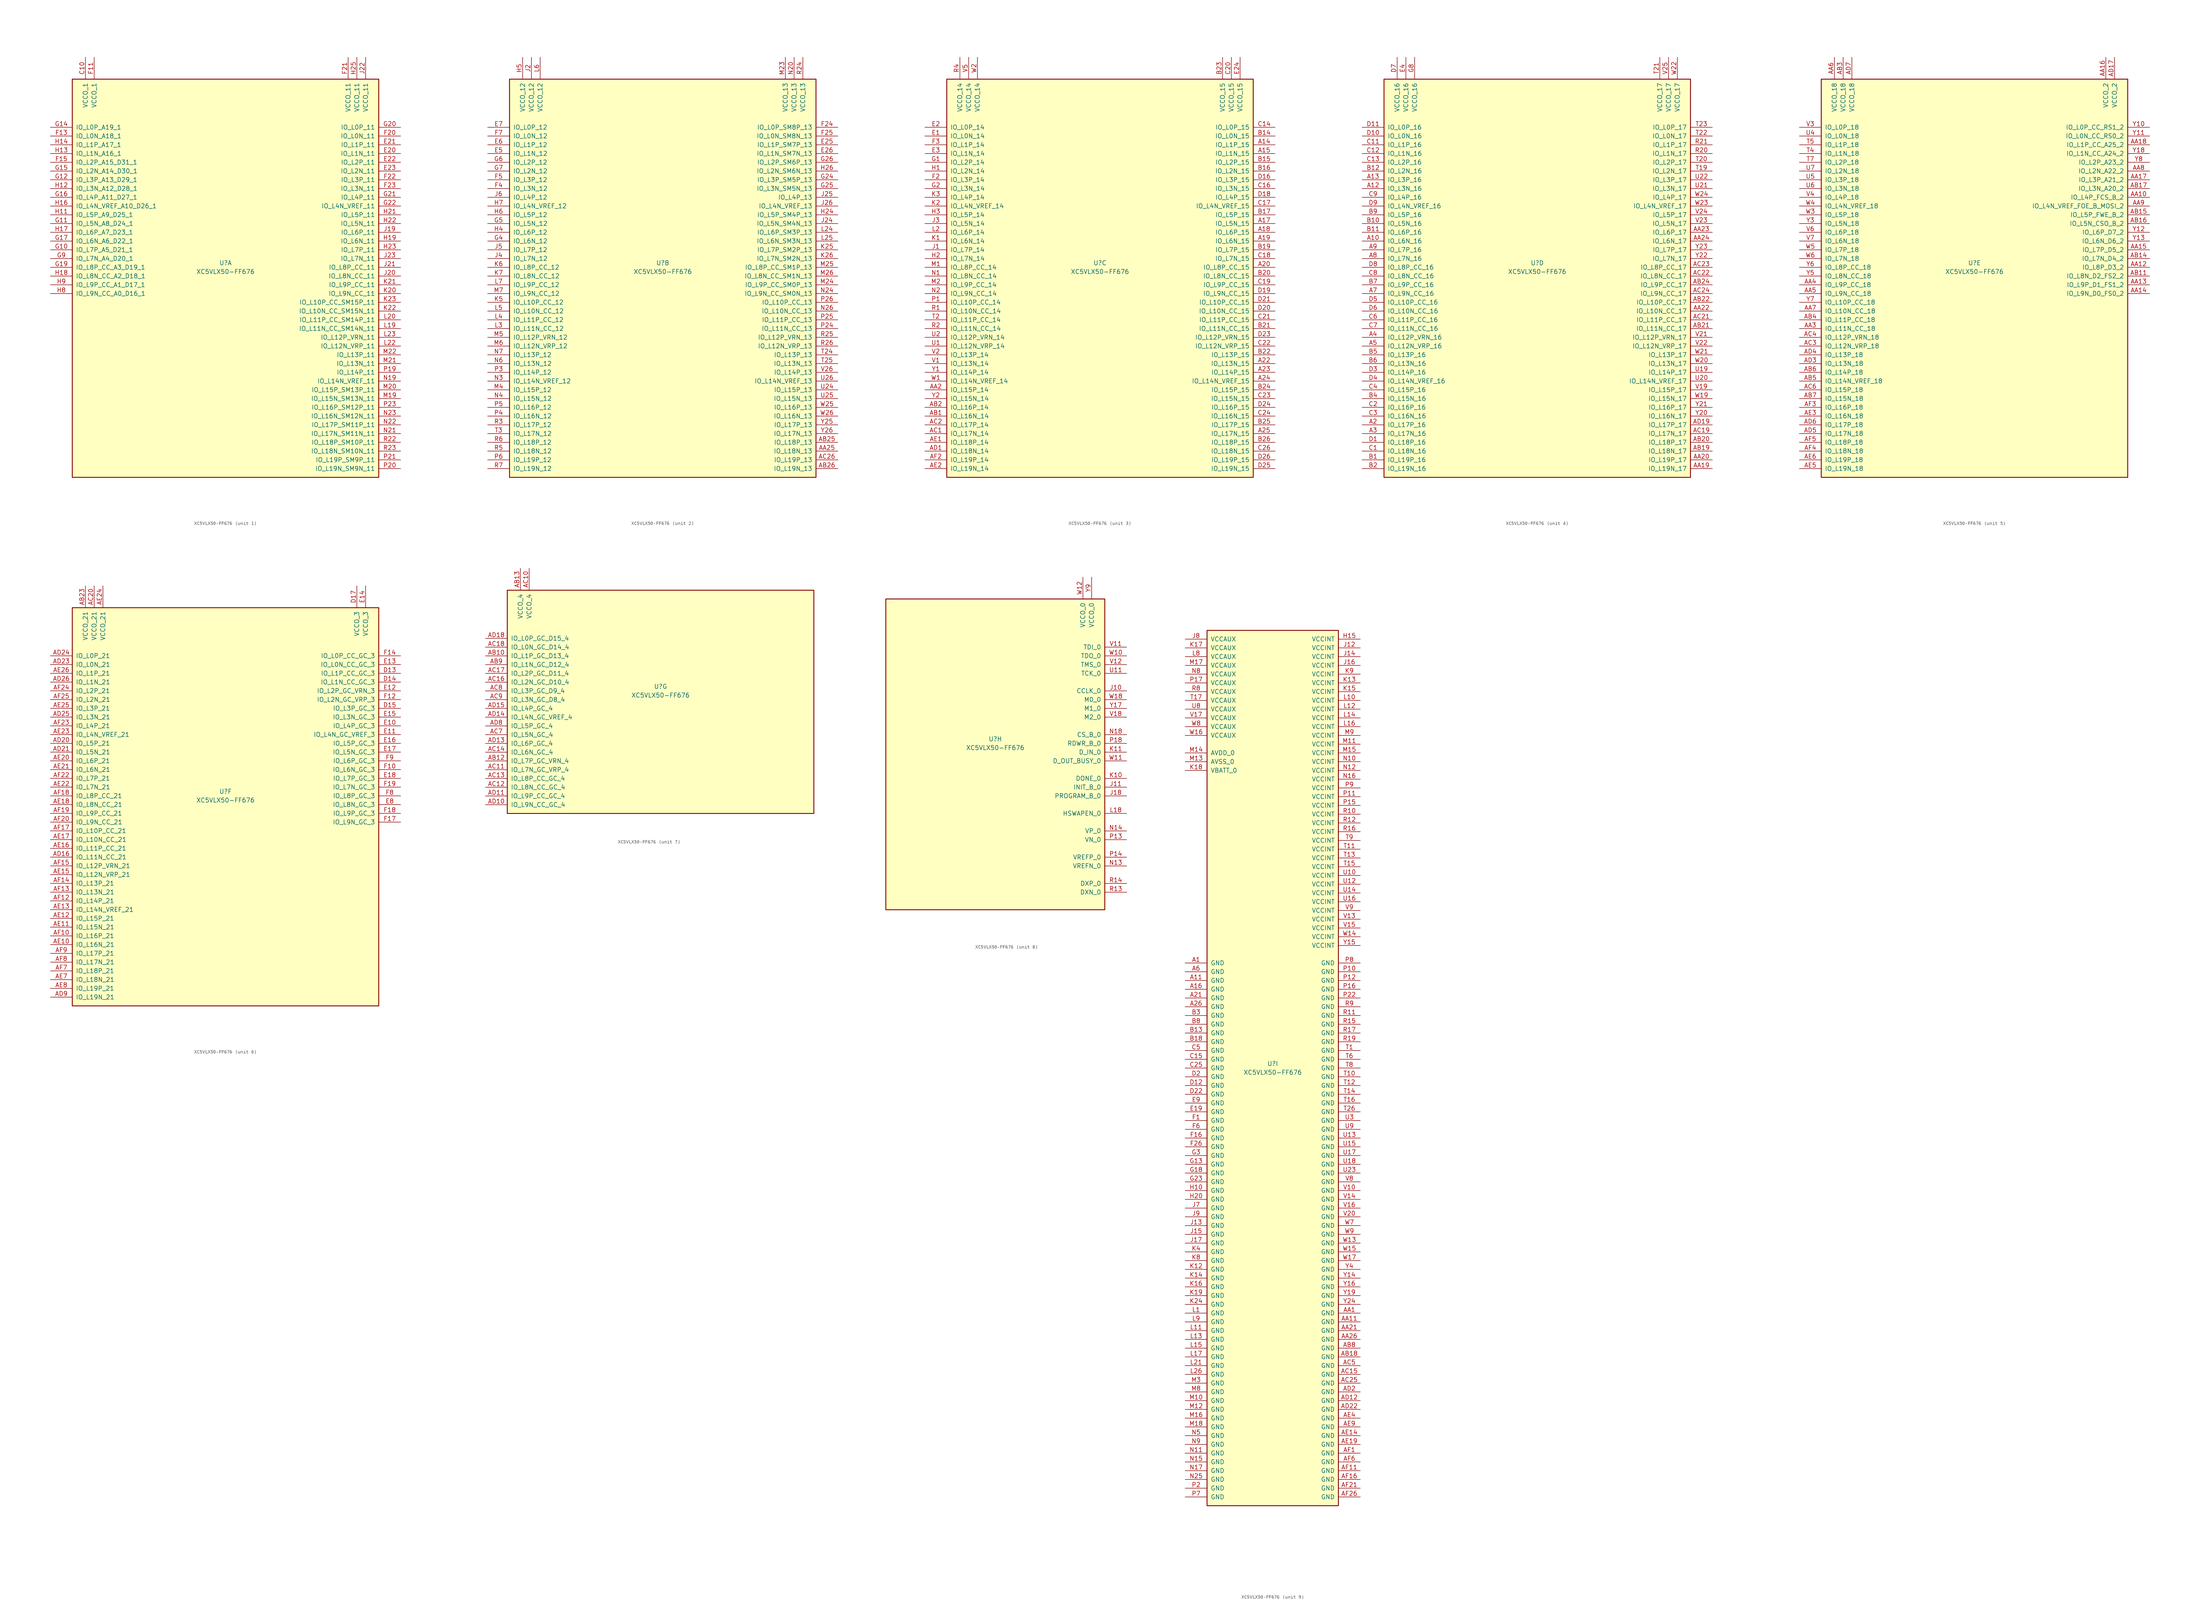
<source format=kicad_sym>
(kicad_symbol_lib
  (version 20211014)
  (generator kicad_symbol_editor)
  (symbol "XC5VLX50-FF676"
    (pin_names
      (offset 1.016))
    (property "Reference" "U"
      (at 0 1.27 0)
      (effects (font (size 1.27 1.27))))
    (property "Value" "XC5VLX50-FF676"
      (at 0 -1.27 0)
      (effects (font (size 1.27 1.27))))
    (property "Datasheet" ""
      (at 0 0 0)
      (effects (font (size 1.27 1.27))))
    (property "ki_locked" ""
      (at 0 0 0)
      (effects (font (size 1.27 1.27))))
    (symbol "XC5VLX50-FF676_1_1"
      (rectangle (start -44.45 54.61) (end 44.45 -60.96) (stroke (width 0.254) (type default) (color 0 0 0 0)) (fill (type background)))
      (pin power_in line (at -40.64 60.96 270) (length 6.35) (name "VCCO_1" (effects (font (size 1.27 1.27)))) (number "C10" (effects (font (size 1.27 1.27)))))
      (pin bidirectional line (at 50.8 33.02 180) (length 6.35) (name "IO_L1N_11" (effects (font (size 1.27 1.27)))) (number "E20" (effects (font (size 1.27 1.27)))))
      (pin bidirectional line (at 50.8 35.56 180) (length 6.35) (name "IO_L1P_11" (effects (font (size 1.27 1.27)))) (number "E21" (effects (font (size 1.27 1.27)))))
      (pin bidirectional line (at 50.8 30.48 180) (length 6.35) (name "IO_L2P_11" (effects (font (size 1.27 1.27)))) (number "E22" (effects (font (size 1.27 1.27)))))
      (pin bidirectional line (at 50.8 27.94 180) (length 6.35) (name "IO_L2N_11" (effects (font (size 1.27 1.27)))) (number "E23" (effects (font (size 1.27 1.27)))))
      (pin power_in line (at -38.1 60.96 270) (length 6.35) (name "VCCO_1" (effects (font (size 1.27 1.27)))) (number "F11" (effects (font (size 1.27 1.27)))))
      (pin bidirectional line (at -50.8 38.1 0) (length 6.35) (name "IO_L0N_A18_1" (effects (font (size 1.27 1.27)))) (number "F13" (effects (font (size 1.27 1.27)))))
      (pin bidirectional line (at -50.8 30.48 0) (length 6.35) (name "IO_L2P_A15_D31_1" (effects (font (size 1.27 1.27)))) (number "F15" (effects (font (size 1.27 1.27)))))
      (pin bidirectional line (at 50.8 38.1 180) (length 6.35) (name "IO_L0N_11" (effects (font (size 1.27 1.27)))) (number "F20" (effects (font (size 1.27 1.27)))))
      (pin power_in line (at 35.56 60.96 270) (length 6.35) (name "VCCO_11" (effects (font (size 1.27 1.27)))) (number "F21" (effects (font (size 1.27 1.27)))))
      (pin bidirectional line (at 50.8 25.4 180) (length 6.35) (name "IO_L3P_11" (effects (font (size 1.27 1.27)))) (number "F22" (effects (font (size 1.27 1.27)))))
      (pin bidirectional line (at 50.8 22.86 180) (length 6.35) (name "IO_L3N_11" (effects (font (size 1.27 1.27)))) (number "F23" (effects (font (size 1.27 1.27)))))
      (pin bidirectional line (at -50.8 5.08 0) (length 6.35) (name "IO_L7P_A5_D21_1" (effects (font (size 1.27 1.27)))) (number "G10" (effects (font (size 1.27 1.27)))))
      (pin bidirectional line (at -50.8 12.7 0) (length 6.35) (name "IO_L5N_A8_D24_1" (effects (font (size 1.27 1.27)))) (number "G11" (effects (font (size 1.27 1.27)))))
      (pin bidirectional line (at -50.8 25.4 0) (length 6.35) (name "IO_L3P_A13_D29_1" (effects (font (size 1.27 1.27)))) (number "G12" (effects (font (size 1.27 1.27)))))
      (pin bidirectional line (at -50.8 40.64 0) (length 6.35) (name "IO_L0P_A19_1" (effects (font (size 1.27 1.27)))) (number "G14" (effects (font (size 1.27 1.27)))))
      (pin bidirectional line (at -50.8 27.94 0) (length 6.35) (name "IO_L2N_A14_D30_1" (effects (font (size 1.27 1.27)))) (number "G15" (effects (font (size 1.27 1.27)))))
      (pin bidirectional line (at -50.8 20.32 0) (length 6.35) (name "IO_L4P_A11_D27_1" (effects (font (size 1.27 1.27)))) (number "G16" (effects (font (size 1.27 1.27)))))
      (pin bidirectional line (at -50.8 7.62 0) (length 6.35) (name "IO_L6N_A6_D22_1" (effects (font (size 1.27 1.27)))) (number "G17" (effects (font (size 1.27 1.27)))))
      (pin bidirectional line (at -50.8 0 0) (length 6.35) (name "IO_L8P_CC_A3_D19_1" (effects (font (size 1.27 1.27)))) (number "G19" (effects (font (size 1.27 1.27)))))
      (pin bidirectional line (at 50.8 40.64 180) (length 6.35) (name "IO_L0P_11" (effects (font (size 1.27 1.27)))) (number "G20" (effects (font (size 1.27 1.27)))))
      (pin bidirectional line (at 50.8 20.32 180) (length 6.35) (name "IO_L4P_11" (effects (font (size 1.27 1.27)))) (number "G21" (effects (font (size 1.27 1.27)))))
      (pin bidirectional line (at 50.8 17.78 180) (length 6.35) (name "IO_L4N_VREF_11" (effects (font (size 1.27 1.27)))) (number "G22" (effects (font (size 1.27 1.27)))))
      (pin bidirectional line (at -50.8 2.54 0) (length 6.35) (name "IO_L7N_A4_D20_1" (effects (font (size 1.27 1.27)))) (number "G9" (effects (font (size 1.27 1.27)))))
      (pin bidirectional line (at -50.8 15.24 0) (length 6.35) (name "IO_L5P_A9_D25_1" (effects (font (size 1.27 1.27)))) (number "H11" (effects (font (size 1.27 1.27)))))
      (pin bidirectional line (at -50.8 22.86 0) (length 6.35) (name "IO_L3N_A12_D28_1" (effects (font (size 1.27 1.27)))) (number "H12" (effects (font (size 1.27 1.27)))))
      (pin bidirectional line (at -50.8 33.02 0) (length 6.35) (name "IO_L1N_A16_1" (effects (font (size 1.27 1.27)))) (number "H13" (effects (font (size 1.27 1.27)))))
      (pin bidirectional line (at -50.8 35.56 0) (length 6.35) (name "IO_L1P_A17_1" (effects (font (size 1.27 1.27)))) (number "H14" (effects (font (size 1.27 1.27)))))
      (pin bidirectional line (at -50.8 17.78 0) (length 6.35) (name "IO_L4N_VREF_A10_D26_1" (effects (font (size 1.27 1.27)))) (number "H16" (effects (font (size 1.27 1.27)))))
      (pin bidirectional line (at -50.8 10.16 0) (length 6.35) (name "IO_L6P_A7_D23_1" (effects (font (size 1.27 1.27)))) (number "H17" (effects (font (size 1.27 1.27)))))
      (pin bidirectional line (at -50.8 -2.54 0) (length 6.35) (name "IO_L8N_CC_A2_D18_1" (effects (font (size 1.27 1.27)))) (number "H18" (effects (font (size 1.27 1.27)))))
      (pin bidirectional line (at 50.8 7.62 180) (length 6.35) (name "IO_L6N_11" (effects (font (size 1.27 1.27)))) (number "H19" (effects (font (size 1.27 1.27)))))
      (pin bidirectional line (at 50.8 15.24 180) (length 6.35) (name "IO_L5P_11" (effects (font (size 1.27 1.27)))) (number "H21" (effects (font (size 1.27 1.27)))))
      (pin bidirectional line (at 50.8 12.7 180) (length 6.35) (name "IO_L5N_11" (effects (font (size 1.27 1.27)))) (number "H22" (effects (font (size 1.27 1.27)))))
      (pin bidirectional line (at 50.8 5.08 180) (length 6.35) (name "IO_L7P_11" (effects (font (size 1.27 1.27)))) (number "H23" (effects (font (size 1.27 1.27)))))
      (pin power_in line (at 38.1 60.96 270) (length 6.35) (name "VCCO_11" (effects (font (size 1.27 1.27)))) (number "H25" (effects (font (size 1.27 1.27)))))
      (pin bidirectional line (at -50.8 -7.62 0) (length 6.35) (name "IO_L9N_CC_A0_D16_1" (effects (font (size 1.27 1.27)))) (number "H8" (effects (font (size 1.27 1.27)))))
      (pin bidirectional line (at -50.8 -5.08 0) (length 6.35) (name "IO_L9P_CC_A1_D17_1" (effects (font (size 1.27 1.27)))) (number "H9" (effects (font (size 1.27 1.27)))))
      (pin bidirectional line (at 50.8 10.16 180) (length 6.35) (name "IO_L6P_11" (effects (font (size 1.27 1.27)))) (number "J19" (effects (font (size 1.27 1.27)))))
      (pin bidirectional line (at 50.8 -2.54 180) (length 6.35) (name "IO_L8N_CC_11" (effects (font (size 1.27 1.27)))) (number "J20" (effects (font (size 1.27 1.27)))))
      (pin bidirectional line (at 50.8 0 180) (length 6.35) (name "IO_L8P_CC_11" (effects (font (size 1.27 1.27)))) (number "J21" (effects (font (size 1.27 1.27)))))
      (pin power_in line (at 40.64 60.96 270) (length 6.35) (name "VCCO_11" (effects (font (size 1.27 1.27)))) (number "J22" (effects (font (size 1.27 1.27)))))
      (pin bidirectional line (at 50.8 2.54 180) (length 6.35) (name "IO_L7N_11" (effects (font (size 1.27 1.27)))) (number "J23" (effects (font (size 1.27 1.27)))))
      (pin bidirectional line (at 50.8 -7.62 180) (length 6.35) (name "IO_L9N_CC_11" (effects (font (size 1.27 1.27)))) (number "K20" (effects (font (size 1.27 1.27)))))
      (pin bidirectional line (at 50.8 -5.08 180) (length 6.35) (name "IO_L9P_CC_11" (effects (font (size 1.27 1.27)))) (number "K21" (effects (font (size 1.27 1.27)))))
      (pin bidirectional line (at 50.8 -12.7 180) (length 6.35) (name "IO_L10N_CC_SM15N_11" (effects (font (size 1.27 1.27)))) (number "K22" (effects (font (size 1.27 1.27)))))
      (pin bidirectional line (at 50.8 -10.16 180) (length 6.35) (name "IO_L10P_CC_SM15P_11" (effects (font (size 1.27 1.27)))) (number "K23" (effects (font (size 1.27 1.27)))))
      (pin bidirectional line (at 50.8 -17.78 180) (length 6.35) (name "IO_L11N_CC_SM14N_11" (effects (font (size 1.27 1.27)))) (number "L19" (effects (font (size 1.27 1.27)))))
      (pin bidirectional line (at 50.8 -15.24 180) (length 6.35) (name "IO_L11P_CC_SM14P_11" (effects (font (size 1.27 1.27)))) (number "L20" (effects (font (size 1.27 1.27)))))
      (pin bidirectional line (at 50.8 -22.86 180) (length 6.35) (name "IO_L12N_VRP_11" (effects (font (size 1.27 1.27)))) (number "L22" (effects (font (size 1.27 1.27)))))
      (pin bidirectional line (at 50.8 -20.32 180) (length 6.35) (name "IO_L12P_VRN_11" (effects (font (size 1.27 1.27)))) (number "L23" (effects (font (size 1.27 1.27)))))
      (pin bidirectional line (at 50.8 -38.1 180) (length 6.35) (name "IO_L15N_SM13N_11" (effects (font (size 1.27 1.27)))) (number "M19" (effects (font (size 1.27 1.27)))))
      (pin bidirectional line (at 50.8 -35.56 180) (length 6.35) (name "IO_L15P_SM13P_11" (effects (font (size 1.27 1.27)))) (number "M20" (effects (font (size 1.27 1.27)))))
      (pin bidirectional line (at 50.8 -27.94 180) (length 6.35) (name "IO_L13N_11" (effects (font (size 1.27 1.27)))) (number "M21" (effects (font (size 1.27 1.27)))))
      (pin bidirectional line (at 50.8 -25.4 180) (length 6.35) (name "IO_L13P_11" (effects (font (size 1.27 1.27)))) (number "M22" (effects (font (size 1.27 1.27)))))
      (pin bidirectional line (at 50.8 -33.02 180) (length 6.35) (name "IO_L14N_VREF_11" (effects (font (size 1.27 1.27)))) (number "N19" (effects (font (size 1.27 1.27)))))
      (pin bidirectional line (at 50.8 -48.26 180) (length 6.35) (name "IO_L17N_SM11N_11" (effects (font (size 1.27 1.27)))) (number "N21" (effects (font (size 1.27 1.27)))))
      (pin bidirectional line (at 50.8 -45.72 180) (length 6.35) (name "IO_L17P_SM11P_11" (effects (font (size 1.27 1.27)))) (number "N22" (effects (font (size 1.27 1.27)))))
      (pin bidirectional line (at 50.8 -43.18 180) (length 6.35) (name "IO_L16N_SM12N_11" (effects (font (size 1.27 1.27)))) (number "N23" (effects (font (size 1.27 1.27)))))
      (pin bidirectional line (at 50.8 -30.48 180) (length 6.35) (name "IO_L14P_11" (effects (font (size 1.27 1.27)))) (number "P19" (effects (font (size 1.27 1.27)))))
      (pin bidirectional line (at 50.8 -58.42 180) (length 6.35) (name "IO_L19N_SM9N_11" (effects (font (size 1.27 1.27)))) (number "P20" (effects (font (size 1.27 1.27)))))
      (pin bidirectional line (at 50.8 -55.88 180) (length 6.35) (name "IO_L19P_SM9P_11" (effects (font (size 1.27 1.27)))) (number "P21" (effects (font (size 1.27 1.27)))))
      (pin bidirectional line (at 50.8 -40.64 180) (length 6.35) (name "IO_L16P_SM12P_11" (effects (font (size 1.27 1.27)))) (number "P23" (effects (font (size 1.27 1.27)))))
      (pin bidirectional line (at 50.8 -50.8 180) (length 6.35) (name "IO_L18P_SM10P_11" (effects (font (size 1.27 1.27)))) (number "R22" (effects (font (size 1.27 1.27)))))
      (pin bidirectional line (at 50.8 -53.34 180) (length 6.35) (name "IO_L18N_SM10N_11" (effects (font (size 1.27 1.27)))) (number "R23" (effects (font (size 1.27 1.27))))))
    (symbol "XC5VLX50-FF676_2_1"
      (rectangle (start -44.45 54.61) (end 44.45 -60.96) (stroke (width 0.254) (type default) (color 0 0 0 0)) (fill (type background)))
      (pin bidirectional line (at 50.8 -53.34 180) (length 6.35) (name "IO_L18N_13" (effects (font (size 1.27 1.27)))) (number "AA25" (effects (font (size 1.27 1.27)))))
      (pin bidirectional line (at 50.8 -50.8 180) (length 6.35) (name "IO_L18P_13" (effects (font (size 1.27 1.27)))) (number "AB25" (effects (font (size 1.27 1.27)))))
      (pin bidirectional line (at 50.8 -58.42 180) (length 6.35) (name "IO_L19N_13" (effects (font (size 1.27 1.27)))) (number "AB26" (effects (font (size 1.27 1.27)))))
      (pin bidirectional line (at 50.8 -55.88 180) (length 6.35) (name "IO_L19P_13" (effects (font (size 1.27 1.27)))) (number "AC26" (effects (font (size 1.27 1.27)))))
      (pin bidirectional line (at 50.8 35.56 180) (length 6.35) (name "IO_L1P_SM7P_13" (effects (font (size 1.27 1.27)))) (number "E25" (effects (font (size 1.27 1.27)))))
      (pin bidirectional line (at 50.8 33.02 180) (length 6.35) (name "IO_L1N_SM7N_13" (effects (font (size 1.27 1.27)))) (number "E26" (effects (font (size 1.27 1.27)))))
      (pin bidirectional line (at -50.8 33.02 0) (length 6.35) (name "IO_L1N_12" (effects (font (size 1.27 1.27)))) (number "E5" (effects (font (size 1.27 1.27)))))
      (pin bidirectional line (at -50.8 35.56 0) (length 6.35) (name "IO_L1P_12" (effects (font (size 1.27 1.27)))) (number "E6" (effects (font (size 1.27 1.27)))))
      (pin bidirectional line (at -50.8 40.64 0) (length 6.35) (name "IO_L0P_12" (effects (font (size 1.27 1.27)))) (number "E7" (effects (font (size 1.27 1.27)))))
      (pin bidirectional line (at 50.8 40.64 180) (length 6.35) (name "IO_L0P_SM8P_13" (effects (font (size 1.27 1.27)))) (number "F24" (effects (font (size 1.27 1.27)))))
      (pin bidirectional line (at 50.8 38.1 180) (length 6.35) (name "IO_L0N_SM8N_13" (effects (font (size 1.27 1.27)))) (number "F25" (effects (font (size 1.27 1.27)))))
      (pin bidirectional line (at -50.8 22.86 0) (length 6.35) (name "IO_L3N_12" (effects (font (size 1.27 1.27)))) (number "F4" (effects (font (size 1.27 1.27)))))
      (pin bidirectional line (at -50.8 25.4 0) (length 6.35) (name "IO_L3P_12" (effects (font (size 1.27 1.27)))) (number "F5" (effects (font (size 1.27 1.27)))))
      (pin bidirectional line (at -50.8 38.1 0) (length 6.35) (name "IO_L0N_12" (effects (font (size 1.27 1.27)))) (number "F7" (effects (font (size 1.27 1.27)))))
      (pin bidirectional line (at 50.8 25.4 180) (length 6.35) (name "IO_L3P_SM5P_13" (effects (font (size 1.27 1.27)))) (number "G24" (effects (font (size 1.27 1.27)))))
      (pin bidirectional line (at 50.8 22.86 180) (length 6.35) (name "IO_L3N_SM5N_13" (effects (font (size 1.27 1.27)))) (number "G25" (effects (font (size 1.27 1.27)))))
      (pin bidirectional line (at 50.8 30.48 180) (length 6.35) (name "IO_L2P_SM6P_13" (effects (font (size 1.27 1.27)))) (number "G26" (effects (font (size 1.27 1.27)))))
      (pin bidirectional line (at -50.8 7.62 0) (length 6.35) (name "IO_L6N_12" (effects (font (size 1.27 1.27)))) (number "G4" (effects (font (size 1.27 1.27)))))
      (pin bidirectional line (at -50.8 12.7 0) (length 6.35) (name "IO_L5N_12" (effects (font (size 1.27 1.27)))) (number "G5" (effects (font (size 1.27 1.27)))))
      (pin bidirectional line (at -50.8 30.48 0) (length 6.35) (name "IO_L2P_12" (effects (font (size 1.27 1.27)))) (number "G6" (effects (font (size 1.27 1.27)))))
      (pin bidirectional line (at -50.8 27.94 0) (length 6.35) (name "IO_L2N_12" (effects (font (size 1.27 1.27)))) (number "G7" (effects (font (size 1.27 1.27)))))
      (pin bidirectional line (at 50.8 15.24 180) (length 6.35) (name "IO_L5P_SM4P_13" (effects (font (size 1.27 1.27)))) (number "H24" (effects (font (size 1.27 1.27)))))
      (pin bidirectional line (at 50.8 27.94 180) (length 6.35) (name "IO_L2N_SM6N_13" (effects (font (size 1.27 1.27)))) (number "H26" (effects (font (size 1.27 1.27)))))
      (pin bidirectional line (at -50.8 10.16 0) (length 6.35) (name "IO_L6P_12" (effects (font (size 1.27 1.27)))) (number "H4" (effects (font (size 1.27 1.27)))))
      (pin power_in line (at -40.64 60.96 270) (length 6.35) (name "VCCO_12" (effects (font (size 1.27 1.27)))) (number "H5" (effects (font (size 1.27 1.27)))))
      (pin bidirectional line (at -50.8 15.24 0) (length 6.35) (name "IO_L5P_12" (effects (font (size 1.27 1.27)))) (number "H6" (effects (font (size 1.27 1.27)))))
      (pin bidirectional line (at -50.8 17.78 0) (length 6.35) (name "IO_L4N_VREF_12" (effects (font (size 1.27 1.27)))) (number "H7" (effects (font (size 1.27 1.27)))))
      (pin power_in line (at -38.1 60.96 270) (length 6.35) (name "VCCO_12" (effects (font (size 1.27 1.27)))) (number "J2" (effects (font (size 1.27 1.27)))))
      (pin bidirectional line (at 50.8 12.7 180) (length 6.35) (name "IO_L5N_SM4N_13" (effects (font (size 1.27 1.27)))) (number "J24" (effects (font (size 1.27 1.27)))))
      (pin bidirectional line (at 50.8 20.32 180) (length 6.35) (name "IO_L4P_13" (effects (font (size 1.27 1.27)))) (number "J25" (effects (font (size 1.27 1.27)))))
      (pin bidirectional line (at 50.8 17.78 180) (length 6.35) (name "IO_L4N_VREF_13" (effects (font (size 1.27 1.27)))) (number "J26" (effects (font (size 1.27 1.27)))))
      (pin bidirectional line (at -50.8 2.54 0) (length 6.35) (name "IO_L7N_12" (effects (font (size 1.27 1.27)))) (number "J4" (effects (font (size 1.27 1.27)))))
      (pin bidirectional line (at -50.8 5.08 0) (length 6.35) (name "IO_L7P_12" (effects (font (size 1.27 1.27)))) (number "J5" (effects (font (size 1.27 1.27)))))
      (pin bidirectional line (at -50.8 20.32 0) (length 6.35) (name "IO_L4P_12" (effects (font (size 1.27 1.27)))) (number "J6" (effects (font (size 1.27 1.27)))))
      (pin bidirectional line (at 50.8 5.08 180) (length 6.35) (name "IO_L7P_SM2P_13" (effects (font (size 1.27 1.27)))) (number "K25" (effects (font (size 1.27 1.27)))))
      (pin bidirectional line (at 50.8 2.54 180) (length 6.35) (name "IO_L7N_SM2N_13" (effects (font (size 1.27 1.27)))) (number "K26" (effects (font (size 1.27 1.27)))))
      (pin bidirectional line (at -50.8 -10.16 0) (length 6.35) (name "IO_L10P_CC_12" (effects (font (size 1.27 1.27)))) (number "K5" (effects (font (size 1.27 1.27)))))
      (pin bidirectional line (at -50.8 0 0) (length 6.35) (name "IO_L8P_CC_12" (effects (font (size 1.27 1.27)))) (number "K6" (effects (font (size 1.27 1.27)))))
      (pin bidirectional line (at -50.8 -2.54 0) (length 6.35) (name "IO_L8N_CC_12" (effects (font (size 1.27 1.27)))) (number "K7" (effects (font (size 1.27 1.27)))))
      (pin bidirectional line (at 50.8 10.16 180) (length 6.35) (name "IO_L6P_SM3P_13" (effects (font (size 1.27 1.27)))) (number "L24" (effects (font (size 1.27 1.27)))))
      (pin bidirectional line (at 50.8 7.62 180) (length 6.35) (name "IO_L6N_SM3N_13" (effects (font (size 1.27 1.27)))) (number "L25" (effects (font (size 1.27 1.27)))))
      (pin bidirectional line (at -50.8 -17.78 0) (length 6.35) (name "IO_L11N_CC_12" (effects (font (size 1.27 1.27)))) (number "L3" (effects (font (size 1.27 1.27)))))
      (pin bidirectional line (at -50.8 -15.24 0) (length 6.35) (name "IO_L11P_CC_12" (effects (font (size 1.27 1.27)))) (number "L4" (effects (font (size 1.27 1.27)))))
      (pin bidirectional line (at -50.8 -12.7 0) (length 6.35) (name "IO_L10N_CC_12" (effects (font (size 1.27 1.27)))) (number "L5" (effects (font (size 1.27 1.27)))))
      (pin power_in line (at -35.56 60.96 270) (length 6.35) (name "VCCO_12" (effects (font (size 1.27 1.27)))) (number "L6" (effects (font (size 1.27 1.27)))))
      (pin bidirectional line (at -50.8 -5.08 0) (length 6.35) (name "IO_L9P_CC_12" (effects (font (size 1.27 1.27)))) (number "L7" (effects (font (size 1.27 1.27)))))
      (pin power_in line (at 35.56 60.96 270) (length 6.35) (name "VCCO_13" (effects (font (size 1.27 1.27)))) (number "M23" (effects (font (size 1.27 1.27)))))
      (pin bidirectional line (at 50.8 -5.08 180) (length 6.35) (name "IO_L9P_CC_SM0P_13" (effects (font (size 1.27 1.27)))) (number "M24" (effects (font (size 1.27 1.27)))))
      (pin bidirectional line (at 50.8 0 180) (length 6.35) (name "IO_L8P_CC_SM1P_13" (effects (font (size 1.27 1.27)))) (number "M25" (effects (font (size 1.27 1.27)))))
      (pin bidirectional line (at 50.8 -2.54 180) (length 6.35) (name "IO_L8N_CC_SM1N_13" (effects (font (size 1.27 1.27)))) (number "M26" (effects (font (size 1.27 1.27)))))
      (pin bidirectional line (at -50.8 -35.56 0) (length 6.35) (name "IO_L15P_12" (effects (font (size 1.27 1.27)))) (number "M4" (effects (font (size 1.27 1.27)))))
      (pin bidirectional line (at -50.8 -20.32 0) (length 6.35) (name "IO_L12P_VRN_12" (effects (font (size 1.27 1.27)))) (number "M5" (effects (font (size 1.27 1.27)))))
      (pin bidirectional line (at -50.8 -22.86 0) (length 6.35) (name "IO_L12N_VRP_12" (effects (font (size 1.27 1.27)))) (number "M6" (effects (font (size 1.27 1.27)))))
      (pin bidirectional line (at -50.8 -7.62 0) (length 6.35) (name "IO_L9N_CC_12" (effects (font (size 1.27 1.27)))) (number "M7" (effects (font (size 1.27 1.27)))))
      (pin power_in line (at 38.1 60.96 270) (length 6.35) (name "VCCO_13" (effects (font (size 1.27 1.27)))) (number "N20" (effects (font (size 1.27 1.27)))))
      (pin bidirectional line (at 50.8 -7.62 180) (length 6.35) (name "IO_L9N_CC_SM0N_13" (effects (font (size 1.27 1.27)))) (number "N24" (effects (font (size 1.27 1.27)))))
      (pin bidirectional line (at 50.8 -12.7 180) (length 6.35) (name "IO_L10N_CC_13" (effects (font (size 1.27 1.27)))) (number "N26" (effects (font (size 1.27 1.27)))))
      (pin bidirectional line (at -50.8 -33.02 0) (length 6.35) (name "IO_L14N_VREF_12" (effects (font (size 1.27 1.27)))) (number "N3" (effects (font (size 1.27 1.27)))))
      (pin bidirectional line (at -50.8 -38.1 0) (length 6.35) (name "IO_L15N_12" (effects (font (size 1.27 1.27)))) (number "N4" (effects (font (size 1.27 1.27)))))
      (pin bidirectional line (at -50.8 -27.94 0) (length 6.35) (name "IO_L13N_12" (effects (font (size 1.27 1.27)))) (number "N6" (effects (font (size 1.27 1.27)))))
      (pin bidirectional line (at -50.8 -25.4 0) (length 6.35) (name "IO_L13P_12" (effects (font (size 1.27 1.27)))) (number "N7" (effects (font (size 1.27 1.27)))))
      (pin bidirectional line (at 50.8 -17.78 180) (length 6.35) (name "IO_L11N_CC_13" (effects (font (size 1.27 1.27)))) (number "P24" (effects (font (size 1.27 1.27)))))
      (pin bidirectional line (at 50.8 -15.24 180) (length 6.35) (name "IO_L11P_CC_13" (effects (font (size 1.27 1.27)))) (number "P25" (effects (font (size 1.27 1.27)))))
      (pin bidirectional line (at 50.8 -10.16 180) (length 6.35) (name "IO_L10P_CC_13" (effects (font (size 1.27 1.27)))) (number "P26" (effects (font (size 1.27 1.27)))))
      (pin bidirectional line (at -50.8 -30.48 0) (length 6.35) (name "IO_L14P_12" (effects (font (size 1.27 1.27)))) (number "P3" (effects (font (size 1.27 1.27)))))
      (pin bidirectional line (at -50.8 -43.18 0) (length 6.35) (name "IO_L16N_12" (effects (font (size 1.27 1.27)))) (number "P4" (effects (font (size 1.27 1.27)))))
      (pin bidirectional line (at -50.8 -40.64 0) (length 6.35) (name "IO_L16P_12" (effects (font (size 1.27 1.27)))) (number "P5" (effects (font (size 1.27 1.27)))))
      (pin bidirectional line (at -50.8 -55.88 0) (length 6.35) (name "IO_L19P_12" (effects (font (size 1.27 1.27)))) (number "P6" (effects (font (size 1.27 1.27)))))
      (pin power_in line (at 40.64 60.96 270) (length 6.35) (name "VCCO_13" (effects (font (size 1.27 1.27)))) (number "R24" (effects (font (size 1.27 1.27)))))
      (pin bidirectional line (at 50.8 -20.32 180) (length 6.35) (name "IO_L12P_VRN_13" (effects (font (size 1.27 1.27)))) (number "R25" (effects (font (size 1.27 1.27)))))
      (pin bidirectional line (at 50.8 -22.86 180) (length 6.35) (name "IO_L12N_VRP_13" (effects (font (size 1.27 1.27)))) (number "R26" (effects (font (size 1.27 1.27)))))
      (pin bidirectional line (at -50.8 -45.72 0) (length 6.35) (name "IO_L17P_12" (effects (font (size 1.27 1.27)))) (number "R3" (effects (font (size 1.27 1.27)))))
      (pin bidirectional line (at -50.8 -53.34 0) (length 6.35) (name "IO_L18N_12" (effects (font (size 1.27 1.27)))) (number "R5" (effects (font (size 1.27 1.27)))))
      (pin bidirectional line (at -50.8 -50.8 0) (length 6.35) (name "IO_L18P_12" (effects (font (size 1.27 1.27)))) (number "R6" (effects (font (size 1.27 1.27)))))
      (pin bidirectional line (at -50.8 -58.42 0) (length 6.35) (name "IO_L19N_12" (effects (font (size 1.27 1.27)))) (number "R7" (effects (font (size 1.27 1.27)))))
      (pin bidirectional line (at 50.8 -25.4 180) (length 6.35) (name "IO_L13P_13" (effects (font (size 1.27 1.27)))) (number "T24" (effects (font (size 1.27 1.27)))))
      (pin bidirectional line (at 50.8 -27.94 180) (length 6.35) (name "IO_L13N_13" (effects (font (size 1.27 1.27)))) (number "T25" (effects (font (size 1.27 1.27)))))
      (pin bidirectional line (at -50.8 -48.26 0) (length 6.35) (name "IO_L17N_12" (effects (font (size 1.27 1.27)))) (number "T3" (effects (font (size 1.27 1.27)))))
      (pin bidirectional line (at 50.8 -35.56 180) (length 6.35) (name "IO_L15P_13" (effects (font (size 1.27 1.27)))) (number "U24" (effects (font (size 1.27 1.27)))))
      (pin bidirectional line (at 50.8 -38.1 180) (length 6.35) (name "IO_L15N_13" (effects (font (size 1.27 1.27)))) (number "U25" (effects (font (size 1.27 1.27)))))
      (pin bidirectional line (at 50.8 -33.02 180) (length 6.35) (name "IO_L14N_VREF_13" (effects (font (size 1.27 1.27)))) (number "U26" (effects (font (size 1.27 1.27)))))
      (pin bidirectional line (at 50.8 -30.48 180) (length 6.35) (name "IO_L14P_13" (effects (font (size 1.27 1.27)))) (number "V26" (effects (font (size 1.27 1.27)))))
      (pin bidirectional line (at 50.8 -40.64 180) (length 6.35) (name "IO_L16P_13" (effects (font (size 1.27 1.27)))) (number "W25" (effects (font (size 1.27 1.27)))))
      (pin bidirectional line (at 50.8 -43.18 180) (length 6.35) (name "IO_L16N_13" (effects (font (size 1.27 1.27)))) (number "W26" (effects (font (size 1.27 1.27)))))
      (pin bidirectional line (at 50.8 -45.72 180) (length 6.35) (name "IO_L17P_13" (effects (font (size 1.27 1.27)))) (number "Y25" (effects (font (size 1.27 1.27)))))
      (pin bidirectional line (at 50.8 -48.26 180) (length 6.35) (name "IO_L17N_13" (effects (font (size 1.27 1.27)))) (number "Y26" (effects (font (size 1.27 1.27))))))
    (symbol "XC5VLX50-FF676_3_1"
      (rectangle (start -44.45 54.61) (end 44.45 -60.96) (stroke (width 0.254) (type default) (color 0 0 0 0)) (fill (type background)))
      (pin bidirectional line (at 50.8 35.56 180) (length 6.35) (name "IO_L1P_15" (effects (font (size 1.27 1.27)))) (number "A14" (effects (font (size 1.27 1.27)))))
      (pin bidirectional line (at 50.8 33.02 180) (length 6.35) (name "IO_L1N_15" (effects (font (size 1.27 1.27)))) (number "A15" (effects (font (size 1.27 1.27)))))
      (pin bidirectional line (at 50.8 12.7 180) (length 6.35) (name "IO_L5N_15" (effects (font (size 1.27 1.27)))) (number "A17" (effects (font (size 1.27 1.27)))))
      (pin bidirectional line (at 50.8 10.16 180) (length 6.35) (name "IO_L6P_15" (effects (font (size 1.27 1.27)))) (number "A18" (effects (font (size 1.27 1.27)))))
      (pin bidirectional line (at 50.8 7.62 180) (length 6.35) (name "IO_L6N_15" (effects (font (size 1.27 1.27)))) (number "A19" (effects (font (size 1.27 1.27)))))
      (pin bidirectional line (at 50.8 0 180) (length 6.35) (name "IO_L8P_CC_15" (effects (font (size 1.27 1.27)))) (number "A20" (effects (font (size 1.27 1.27)))))
      (pin bidirectional line (at 50.8 -27.94 180) (length 6.35) (name "IO_L13N_15" (effects (font (size 1.27 1.27)))) (number "A22" (effects (font (size 1.27 1.27)))))
      (pin bidirectional line (at 50.8 -30.48 180) (length 6.35) (name "IO_L14P_15" (effects (font (size 1.27 1.27)))) (number "A23" (effects (font (size 1.27 1.27)))))
      (pin bidirectional line (at 50.8 -33.02 180) (length 6.35) (name "IO_L14N_VREF_15" (effects (font (size 1.27 1.27)))) (number "A24" (effects (font (size 1.27 1.27)))))
      (pin bidirectional line (at 50.8 -48.26 180) (length 6.35) (name "IO_L17N_15" (effects (font (size 1.27 1.27)))) (number "A25" (effects (font (size 1.27 1.27)))))
      (pin bidirectional line (at -50.8 -35.56 0) (length 6.35) (name "IO_L15P_14" (effects (font (size 1.27 1.27)))) (number "AA2" (effects (font (size 1.27 1.27)))))
      (pin bidirectional line (at -50.8 -43.18 0) (length 6.35) (name "IO_L16N_14" (effects (font (size 1.27 1.27)))) (number "AB1" (effects (font (size 1.27 1.27)))))
      (pin bidirectional line (at -50.8 -40.64 0) (length 6.35) (name "IO_L16P_14" (effects (font (size 1.27 1.27)))) (number "AB2" (effects (font (size 1.27 1.27)))))
      (pin bidirectional line (at -50.8 -48.26 0) (length 6.35) (name "IO_L17N_14" (effects (font (size 1.27 1.27)))) (number "AC1" (effects (font (size 1.27 1.27)))))
      (pin bidirectional line (at -50.8 -45.72 0) (length 6.35) (name "IO_L17P_14" (effects (font (size 1.27 1.27)))) (number "AC2" (effects (font (size 1.27 1.27)))))
      (pin bidirectional line (at -50.8 -53.34 0) (length 6.35) (name "IO_L18N_14" (effects (font (size 1.27 1.27)))) (number "AD1" (effects (font (size 1.27 1.27)))))
      (pin bidirectional line (at -50.8 -50.8 0) (length 6.35) (name "IO_L18P_14" (effects (font (size 1.27 1.27)))) (number "AE1" (effects (font (size 1.27 1.27)))))
      (pin bidirectional line (at -50.8 -58.42 0) (length 6.35) (name "IO_L19N_14" (effects (font (size 1.27 1.27)))) (number "AE2" (effects (font (size 1.27 1.27)))))
      (pin bidirectional line (at -50.8 -55.88 0) (length 6.35) (name "IO_L19P_14" (effects (font (size 1.27 1.27)))) (number "AF2" (effects (font (size 1.27 1.27)))))
      (pin bidirectional line (at 50.8 38.1 180) (length 6.35) (name "IO_L0N_15" (effects (font (size 1.27 1.27)))) (number "B14" (effects (font (size 1.27 1.27)))))
      (pin bidirectional line (at 50.8 30.48 180) (length 6.35) (name "IO_L2P_15" (effects (font (size 1.27 1.27)))) (number "B15" (effects (font (size 1.27 1.27)))))
      (pin bidirectional line (at 50.8 27.94 180) (length 6.35) (name "IO_L2N_15" (effects (font (size 1.27 1.27)))) (number "B16" (effects (font (size 1.27 1.27)))))
      (pin bidirectional line (at 50.8 15.24 180) (length 6.35) (name "IO_L5P_15" (effects (font (size 1.27 1.27)))) (number "B17" (effects (font (size 1.27 1.27)))))
      (pin bidirectional line (at 50.8 5.08 180) (length 6.35) (name "IO_L7P_15" (effects (font (size 1.27 1.27)))) (number "B19" (effects (font (size 1.27 1.27)))))
      (pin bidirectional line (at 50.8 -2.54 180) (length 6.35) (name "IO_L8N_CC_15" (effects (font (size 1.27 1.27)))) (number "B20" (effects (font (size 1.27 1.27)))))
      (pin bidirectional line (at 50.8 -17.78 180) (length 6.35) (name "IO_L11N_CC_15" (effects (font (size 1.27 1.27)))) (number "B21" (effects (font (size 1.27 1.27)))))
      (pin bidirectional line (at 50.8 -25.4 180) (length 6.35) (name "IO_L13P_15" (effects (font (size 1.27 1.27)))) (number "B22" (effects (font (size 1.27 1.27)))))
      (pin power_in line (at 35.56 60.96 270) (length 6.35) (name "VCCO_15" (effects (font (size 1.27 1.27)))) (number "B23" (effects (font (size 1.27 1.27)))))
      (pin bidirectional line (at 50.8 -35.56 180) (length 6.35) (name "IO_L15P_15" (effects (font (size 1.27 1.27)))) (number "B24" (effects (font (size 1.27 1.27)))))
      (pin bidirectional line (at 50.8 -45.72 180) (length 6.35) (name "IO_L17P_15" (effects (font (size 1.27 1.27)))) (number "B25" (effects (font (size 1.27 1.27)))))
      (pin bidirectional line (at 50.8 -50.8 180) (length 6.35) (name "IO_L18P_15" (effects (font (size 1.27 1.27)))) (number "B26" (effects (font (size 1.27 1.27)))))
      (pin bidirectional line (at 50.8 40.64 180) (length 6.35) (name "IO_L0P_15" (effects (font (size 1.27 1.27)))) (number "C14" (effects (font (size 1.27 1.27)))))
      (pin bidirectional line (at 50.8 22.86 180) (length 6.35) (name "IO_L3N_15" (effects (font (size 1.27 1.27)))) (number "C16" (effects (font (size 1.27 1.27)))))
      (pin bidirectional line (at 50.8 17.78 180) (length 6.35) (name "IO_L4N_VREF_15" (effects (font (size 1.27 1.27)))) (number "C17" (effects (font (size 1.27 1.27)))))
      (pin bidirectional line (at 50.8 2.54 180) (length 6.35) (name "IO_L7N_15" (effects (font (size 1.27 1.27)))) (number "C18" (effects (font (size 1.27 1.27)))))
      (pin bidirectional line (at 50.8 -5.08 180) (length 6.35) (name "IO_L9P_CC_15" (effects (font (size 1.27 1.27)))) (number "C19" (effects (font (size 1.27 1.27)))))
      (pin power_in line (at 38.1 60.96 270) (length 6.35) (name "VCCO_15" (effects (font (size 1.27 1.27)))) (number "C20" (effects (font (size 1.27 1.27)))))
      (pin bidirectional line (at 50.8 -15.24 180) (length 6.35) (name "IO_L11P_CC_15" (effects (font (size 1.27 1.27)))) (number "C21" (effects (font (size 1.27 1.27)))))
      (pin bidirectional line (at 50.8 -22.86 180) (length 6.35) (name "IO_L12N_VRP_15" (effects (font (size 1.27 1.27)))) (number "C22" (effects (font (size 1.27 1.27)))))
      (pin bidirectional line (at 50.8 -38.1 180) (length 6.35) (name "IO_L15N_15" (effects (font (size 1.27 1.27)))) (number "C23" (effects (font (size 1.27 1.27)))))
      (pin bidirectional line (at 50.8 -43.18 180) (length 6.35) (name "IO_L16N_15" (effects (font (size 1.27 1.27)))) (number "C24" (effects (font (size 1.27 1.27)))))
      (pin bidirectional line (at 50.8 -53.34 180) (length 6.35) (name "IO_L18N_15" (effects (font (size 1.27 1.27)))) (number "C26" (effects (font (size 1.27 1.27)))))
      (pin bidirectional line (at 50.8 25.4 180) (length 6.35) (name "IO_L3P_15" (effects (font (size 1.27 1.27)))) (number "D16" (effects (font (size 1.27 1.27)))))
      (pin bidirectional line (at 50.8 20.32 180) (length 6.35) (name "IO_L4P_15" (effects (font (size 1.27 1.27)))) (number "D18" (effects (font (size 1.27 1.27)))))
      (pin bidirectional line (at 50.8 -7.62 180) (length 6.35) (name "IO_L9N_CC_15" (effects (font (size 1.27 1.27)))) (number "D19" (effects (font (size 1.27 1.27)))))
      (pin bidirectional line (at 50.8 -12.7 180) (length 6.35) (name "IO_L10N_CC_15" (effects (font (size 1.27 1.27)))) (number "D20" (effects (font (size 1.27 1.27)))))
      (pin bidirectional line (at 50.8 -10.16 180) (length 6.35) (name "IO_L10P_CC_15" (effects (font (size 1.27 1.27)))) (number "D21" (effects (font (size 1.27 1.27)))))
      (pin bidirectional line (at 50.8 -20.32 180) (length 6.35) (name "IO_L12P_VRN_15" (effects (font (size 1.27 1.27)))) (number "D23" (effects (font (size 1.27 1.27)))))
      (pin bidirectional line (at 50.8 -40.64 180) (length 6.35) (name "IO_L16P_15" (effects (font (size 1.27 1.27)))) (number "D24" (effects (font (size 1.27 1.27)))))
      (pin bidirectional line (at 50.8 -58.42 180) (length 6.35) (name "IO_L19N_15" (effects (font (size 1.27 1.27)))) (number "D25" (effects (font (size 1.27 1.27)))))
      (pin bidirectional line (at 50.8 -55.88 180) (length 6.35) (name "IO_L19P_15" (effects (font (size 1.27 1.27)))) (number "D26" (effects (font (size 1.27 1.27)))))
      (pin bidirectional line (at -50.8 38.1 0) (length 6.35) (name "IO_L0N_14" (effects (font (size 1.27 1.27)))) (number "E1" (effects (font (size 1.27 1.27)))))
      (pin bidirectional line (at -50.8 40.64 0) (length 6.35) (name "IO_L0P_14" (effects (font (size 1.27 1.27)))) (number "E2" (effects (font (size 1.27 1.27)))))
      (pin power_in line (at 40.64 60.96 270) (length 6.35) (name "VCCO_15" (effects (font (size 1.27 1.27)))) (number "E24" (effects (font (size 1.27 1.27)))))
      (pin bidirectional line (at -50.8 33.02 0) (length 6.35) (name "IO_L1N_14" (effects (font (size 1.27 1.27)))) (number "E3" (effects (font (size 1.27 1.27)))))
      (pin bidirectional line (at -50.8 25.4 0) (length 6.35) (name "IO_L3P_14" (effects (font (size 1.27 1.27)))) (number "F2" (effects (font (size 1.27 1.27)))))
      (pin bidirectional line (at -50.8 35.56 0) (length 6.35) (name "IO_L1P_14" (effects (font (size 1.27 1.27)))) (number "F3" (effects (font (size 1.27 1.27)))))
      (pin bidirectional line (at -50.8 30.48 0) (length 6.35) (name "IO_L2P_14" (effects (font (size 1.27 1.27)))) (number "G1" (effects (font (size 1.27 1.27)))))
      (pin bidirectional line (at -50.8 22.86 0) (length 6.35) (name "IO_L3N_14" (effects (font (size 1.27 1.27)))) (number "G2" (effects (font (size 1.27 1.27)))))
      (pin bidirectional line (at -50.8 27.94 0) (length 6.35) (name "IO_L2N_14" (effects (font (size 1.27 1.27)))) (number "H1" (effects (font (size 1.27 1.27)))))
      (pin bidirectional line (at -50.8 2.54 0) (length 6.35) (name "IO_L7N_14" (effects (font (size 1.27 1.27)))) (number "H2" (effects (font (size 1.27 1.27)))))
      (pin bidirectional line (at -50.8 15.24 0) (length 6.35) (name "IO_L5P_14" (effects (font (size 1.27 1.27)))) (number "H3" (effects (font (size 1.27 1.27)))))
      (pin bidirectional line (at -50.8 5.08 0) (length 6.35) (name "IO_L7P_14" (effects (font (size 1.27 1.27)))) (number "J1" (effects (font (size 1.27 1.27)))))
      (pin bidirectional line (at -50.8 12.7 0) (length 6.35) (name "IO_L5N_14" (effects (font (size 1.27 1.27)))) (number "J3" (effects (font (size 1.27 1.27)))))
      (pin bidirectional line (at -50.8 7.62 0) (length 6.35) (name "IO_L6N_14" (effects (font (size 1.27 1.27)))) (number "K1" (effects (font (size 1.27 1.27)))))
      (pin bidirectional line (at -50.8 17.78 0) (length 6.35) (name "IO_L4N_VREF_14" (effects (font (size 1.27 1.27)))) (number "K2" (effects (font (size 1.27 1.27)))))
      (pin bidirectional line (at -50.8 20.32 0) (length 6.35) (name "IO_L4P_14" (effects (font (size 1.27 1.27)))) (number "K3" (effects (font (size 1.27 1.27)))))
      (pin bidirectional line (at -50.8 10.16 0) (length 6.35) (name "IO_L6P_14" (effects (font (size 1.27 1.27)))) (number "L2" (effects (font (size 1.27 1.27)))))
      (pin bidirectional line (at -50.8 0 0) (length 6.35) (name "IO_L8P_CC_14" (effects (font (size 1.27 1.27)))) (number "M1" (effects (font (size 1.27 1.27)))))
      (pin bidirectional line (at -50.8 -5.08 0) (length 6.35) (name "IO_L9P_CC_14" (effects (font (size 1.27 1.27)))) (number "M2" (effects (font (size 1.27 1.27)))))
      (pin bidirectional line (at -50.8 -2.54 0) (length 6.35) (name "IO_L8N_CC_14" (effects (font (size 1.27 1.27)))) (number "N1" (effects (font (size 1.27 1.27)))))
      (pin bidirectional line (at -50.8 -7.62 0) (length 6.35) (name "IO_L9N_CC_14" (effects (font (size 1.27 1.27)))) (number "N2" (effects (font (size 1.27 1.27)))))
      (pin bidirectional line (at -50.8 -10.16 0) (length 6.35) (name "IO_L10P_CC_14" (effects (font (size 1.27 1.27)))) (number "P1" (effects (font (size 1.27 1.27)))))
      (pin bidirectional line (at -50.8 -12.7 0) (length 6.35) (name "IO_L10N_CC_14" (effects (font (size 1.27 1.27)))) (number "R1" (effects (font (size 1.27 1.27)))))
      (pin bidirectional line (at -50.8 -17.78 0) (length 6.35) (name "IO_L11N_CC_14" (effects (font (size 1.27 1.27)))) (number "R2" (effects (font (size 1.27 1.27)))))
      (pin power_in line (at -40.64 60.96 270) (length 6.35) (name "VCCO_14" (effects (font (size 1.27 1.27)))) (number "R4" (effects (font (size 1.27 1.27)))))
      (pin bidirectional line (at -50.8 -15.24 0) (length 6.35) (name "IO_L11P_CC_14" (effects (font (size 1.27 1.27)))) (number "T2" (effects (font (size 1.27 1.27)))))
      (pin bidirectional line (at -50.8 -22.86 0) (length 6.35) (name "IO_L12N_VRP_14" (effects (font (size 1.27 1.27)))) (number "U1" (effects (font (size 1.27 1.27)))))
      (pin bidirectional line (at -50.8 -20.32 0) (length 6.35) (name "IO_L12P_VRN_14" (effects (font (size 1.27 1.27)))) (number "U2" (effects (font (size 1.27 1.27)))))
      (pin bidirectional line (at -50.8 -27.94 0) (length 6.35) (name "IO_L13N_14" (effects (font (size 1.27 1.27)))) (number "V1" (effects (font (size 1.27 1.27)))))
      (pin bidirectional line (at -50.8 -25.4 0) (length 6.35) (name "IO_L13P_14" (effects (font (size 1.27 1.27)))) (number "V2" (effects (font (size 1.27 1.27)))))
      (pin power_in line (at -38.1 60.96 270) (length 6.35) (name "VCCO_14" (effects (font (size 1.27 1.27)))) (number "V5" (effects (font (size 1.27 1.27)))))
      (pin bidirectional line (at -50.8 -33.02 0) (length 6.35) (name "IO_L14N_VREF_14" (effects (font (size 1.27 1.27)))) (number "W1" (effects (font (size 1.27 1.27)))))
      (pin power_in line (at -35.56 60.96 270) (length 6.35) (name "VCCO_14" (effects (font (size 1.27 1.27)))) (number "W2" (effects (font (size 1.27 1.27)))))
      (pin bidirectional line (at -50.8 -30.48 0) (length 6.35) (name "IO_L14P_14" (effects (font (size 1.27 1.27)))) (number "Y1" (effects (font (size 1.27 1.27)))))
      (pin bidirectional line (at -50.8 -38.1 0) (length 6.35) (name "IO_L15N_14" (effects (font (size 1.27 1.27)))) (number "Y2" (effects (font (size 1.27 1.27))))))
    (symbol "XC5VLX50-FF676_4_1"
      (rectangle (start -44.45 54.61) (end 44.45 -60.96) (stroke (width 0.254) (type default) (color 0 0 0 0)) (fill (type background)))
      (pin bidirectional line (at -50.8 7.62 0) (length 6.35) (name "IO_L6N_16" (effects (font (size 1.27 1.27)))) (number "A10" (effects (font (size 1.27 1.27)))))
      (pin bidirectional line (at -50.8 22.86 0) (length 6.35) (name "IO_L3N_16" (effects (font (size 1.27 1.27)))) (number "A12" (effects (font (size 1.27 1.27)))))
      (pin bidirectional line (at -50.8 25.4 0) (length 6.35) (name "IO_L3P_16" (effects (font (size 1.27 1.27)))) (number "A13" (effects (font (size 1.27 1.27)))))
      (pin bidirectional line (at -50.8 -45.72 0) (length 6.35) (name "IO_L17P_16" (effects (font (size 1.27 1.27)))) (number "A2" (effects (font (size 1.27 1.27)))))
      (pin bidirectional line (at -50.8 -48.26 0) (length 6.35) (name "IO_L17N_16" (effects (font (size 1.27 1.27)))) (number "A3" (effects (font (size 1.27 1.27)))))
      (pin bidirectional line (at -50.8 -20.32 0) (length 6.35) (name "IO_L12P_VRN_16" (effects (font (size 1.27 1.27)))) (number "A4" (effects (font (size 1.27 1.27)))))
      (pin bidirectional line (at -50.8 -22.86 0) (length 6.35) (name "IO_L12N_VRP_16" (effects (font (size 1.27 1.27)))) (number "A5" (effects (font (size 1.27 1.27)))))
      (pin bidirectional line (at -50.8 -7.62 0) (length 6.35) (name "IO_L9N_CC_16" (effects (font (size 1.27 1.27)))) (number "A7" (effects (font (size 1.27 1.27)))))
      (pin bidirectional line (at -50.8 2.54 0) (length 6.35) (name "IO_L7N_16" (effects (font (size 1.27 1.27)))) (number "A8" (effects (font (size 1.27 1.27)))))
      (pin bidirectional line (at -50.8 5.08 0) (length 6.35) (name "IO_L7P_16" (effects (font (size 1.27 1.27)))) (number "A9" (effects (font (size 1.27 1.27)))))
      (pin bidirectional line (at 50.8 -58.42 180) (length 6.35) (name "IO_L19N_17" (effects (font (size 1.27 1.27)))) (number "AA19" (effects (font (size 1.27 1.27)))))
      (pin bidirectional line (at 50.8 -55.88 180) (length 6.35) (name "IO_L19P_17" (effects (font (size 1.27 1.27)))) (number "AA20" (effects (font (size 1.27 1.27)))))
      (pin bidirectional line (at 50.8 -12.7 180) (length 6.35) (name "IO_L10N_CC_17" (effects (font (size 1.27 1.27)))) (number "AA22" (effects (font (size 1.27 1.27)))))
      (pin bidirectional line (at 50.8 10.16 180) (length 6.35) (name "IO_L6P_17" (effects (font (size 1.27 1.27)))) (number "AA23" (effects (font (size 1.27 1.27)))))
      (pin bidirectional line (at 50.8 7.62 180) (length 6.35) (name "IO_L6N_17" (effects (font (size 1.27 1.27)))) (number "AA24" (effects (font (size 1.27 1.27)))))
      (pin bidirectional line (at 50.8 -53.34 180) (length 6.35) (name "IO_L18N_17" (effects (font (size 1.27 1.27)))) (number "AB19" (effects (font (size 1.27 1.27)))))
      (pin bidirectional line (at 50.8 -50.8 180) (length 6.35) (name "IO_L18P_17" (effects (font (size 1.27 1.27)))) (number "AB20" (effects (font (size 1.27 1.27)))))
      (pin bidirectional line (at 50.8 -17.78 180) (length 6.35) (name "IO_L11N_CC_17" (effects (font (size 1.27 1.27)))) (number "AB21" (effects (font (size 1.27 1.27)))))
      (pin bidirectional line (at 50.8 -10.16 180) (length 6.35) (name "IO_L10P_CC_17" (effects (font (size 1.27 1.27)))) (number "AB22" (effects (font (size 1.27 1.27)))))
      (pin bidirectional line (at 50.8 -5.08 180) (length 6.35) (name "IO_L9P_CC_17" (effects (font (size 1.27 1.27)))) (number "AB24" (effects (font (size 1.27 1.27)))))
      (pin bidirectional line (at 50.8 -48.26 180) (length 6.35) (name "IO_L17N_17" (effects (font (size 1.27 1.27)))) (number "AC19" (effects (font (size 1.27 1.27)))))
      (pin bidirectional line (at 50.8 -15.24 180) (length 6.35) (name "IO_L11P_CC_17" (effects (font (size 1.27 1.27)))) (number "AC21" (effects (font (size 1.27 1.27)))))
      (pin bidirectional line (at 50.8 -2.54 180) (length 6.35) (name "IO_L8N_CC_17" (effects (font (size 1.27 1.27)))) (number "AC22" (effects (font (size 1.27 1.27)))))
      (pin bidirectional line (at 50.8 0 180) (length 6.35) (name "IO_L8P_CC_17" (effects (font (size 1.27 1.27)))) (number "AC23" (effects (font (size 1.27 1.27)))))
      (pin bidirectional line (at 50.8 -7.62 180) (length 6.35) (name "IO_L9N_CC_17" (effects (font (size 1.27 1.27)))) (number "AC24" (effects (font (size 1.27 1.27)))))
      (pin bidirectional line (at 50.8 -45.72 180) (length 6.35) (name "IO_L17P_17" (effects (font (size 1.27 1.27)))) (number "AD19" (effects (font (size 1.27 1.27)))))
      (pin bidirectional line (at -50.8 -55.88 0) (length 6.35) (name "IO_L19P_16" (effects (font (size 1.27 1.27)))) (number "B1" (effects (font (size 1.27 1.27)))))
      (pin bidirectional line (at -50.8 12.7 0) (length 6.35) (name "IO_L5N_16" (effects (font (size 1.27 1.27)))) (number "B10" (effects (font (size 1.27 1.27)))))
      (pin bidirectional line (at -50.8 10.16 0) (length 6.35) (name "IO_L6P_16" (effects (font (size 1.27 1.27)))) (number "B11" (effects (font (size 1.27 1.27)))))
      (pin bidirectional line (at -50.8 27.94 0) (length 6.35) (name "IO_L2N_16" (effects (font (size 1.27 1.27)))) (number "B12" (effects (font (size 1.27 1.27)))))
      (pin bidirectional line (at -50.8 -58.42 0) (length 6.35) (name "IO_L19N_16" (effects (font (size 1.27 1.27)))) (number "B2" (effects (font (size 1.27 1.27)))))
      (pin bidirectional line (at -50.8 -38.1 0) (length 6.35) (name "IO_L15N_16" (effects (font (size 1.27 1.27)))) (number "B4" (effects (font (size 1.27 1.27)))))
      (pin bidirectional line (at -50.8 -25.4 0) (length 6.35) (name "IO_L13P_16" (effects (font (size 1.27 1.27)))) (number "B5" (effects (font (size 1.27 1.27)))))
      (pin bidirectional line (at -50.8 -27.94 0) (length 6.35) (name "IO_L13N_16" (effects (font (size 1.27 1.27)))) (number "B6" (effects (font (size 1.27 1.27)))))
      (pin bidirectional line (at -50.8 -5.08 0) (length 6.35) (name "IO_L9P_CC_16" (effects (font (size 1.27 1.27)))) (number "B7" (effects (font (size 1.27 1.27)))))
      (pin bidirectional line (at -50.8 15.24 0) (length 6.35) (name "IO_L5P_16" (effects (font (size 1.27 1.27)))) (number "B9" (effects (font (size 1.27 1.27)))))
      (pin bidirectional line (at -50.8 -53.34 0) (length 6.35) (name "IO_L18N_16" (effects (font (size 1.27 1.27)))) (number "C1" (effects (font (size 1.27 1.27)))))
      (pin bidirectional line (at -50.8 35.56 0) (length 6.35) (name "IO_L1P_16" (effects (font (size 1.27 1.27)))) (number "C11" (effects (font (size 1.27 1.27)))))
      (pin bidirectional line (at -50.8 33.02 0) (length 6.35) (name "IO_L1N_16" (effects (font (size 1.27 1.27)))) (number "C12" (effects (font (size 1.27 1.27)))))
      (pin bidirectional line (at -50.8 30.48 0) (length 6.35) (name "IO_L2P_16" (effects (font (size 1.27 1.27)))) (number "C13" (effects (font (size 1.27 1.27)))))
      (pin bidirectional line (at -50.8 -40.64 0) (length 6.35) (name "IO_L16P_16" (effects (font (size 1.27 1.27)))) (number "C2" (effects (font (size 1.27 1.27)))))
      (pin bidirectional line (at -50.8 -43.18 0) (length 6.35) (name "IO_L16N_16" (effects (font (size 1.27 1.27)))) (number "C3" (effects (font (size 1.27 1.27)))))
      (pin bidirectional line (at -50.8 -35.56 0) (length 6.35) (name "IO_L15P_16" (effects (font (size 1.27 1.27)))) (number "C4" (effects (font (size 1.27 1.27)))))
      (pin bidirectional line (at -50.8 -15.24 0) (length 6.35) (name "IO_L11P_CC_16" (effects (font (size 1.27 1.27)))) (number "C6" (effects (font (size 1.27 1.27)))))
      (pin bidirectional line (at -50.8 -17.78 0) (length 6.35) (name "IO_L11N_CC_16" (effects (font (size 1.27 1.27)))) (number "C7" (effects (font (size 1.27 1.27)))))
      (pin bidirectional line (at -50.8 -2.54 0) (length 6.35) (name "IO_L8N_CC_16" (effects (font (size 1.27 1.27)))) (number "C8" (effects (font (size 1.27 1.27)))))
      (pin bidirectional line (at -50.8 20.32 0) (length 6.35) (name "IO_L4P_16" (effects (font (size 1.27 1.27)))) (number "C9" (effects (font (size 1.27 1.27)))))
      (pin bidirectional line (at -50.8 -50.8 0) (length 6.35) (name "IO_L18P_16" (effects (font (size 1.27 1.27)))) (number "D1" (effects (font (size 1.27 1.27)))))
      (pin bidirectional line (at -50.8 38.1 0) (length 6.35) (name "IO_L0N_16" (effects (font (size 1.27 1.27)))) (number "D10" (effects (font (size 1.27 1.27)))))
      (pin bidirectional line (at -50.8 40.64 0) (length 6.35) (name "IO_L0P_16" (effects (font (size 1.27 1.27)))) (number "D11" (effects (font (size 1.27 1.27)))))
      (pin bidirectional line (at -50.8 -30.48 0) (length 6.35) (name "IO_L14P_16" (effects (font (size 1.27 1.27)))) (number "D3" (effects (font (size 1.27 1.27)))))
      (pin bidirectional line (at -50.8 -33.02 0) (length 6.35) (name "IO_L14N_VREF_16" (effects (font (size 1.27 1.27)))) (number "D4" (effects (font (size 1.27 1.27)))))
      (pin bidirectional line (at -50.8 -10.16 0) (length 6.35) (name "IO_L10P_CC_16" (effects (font (size 1.27 1.27)))) (number "D5" (effects (font (size 1.27 1.27)))))
      (pin bidirectional line (at -50.8 -12.7 0) (length 6.35) (name "IO_L10N_CC_16" (effects (font (size 1.27 1.27)))) (number "D6" (effects (font (size 1.27 1.27)))))
      (pin power_in line (at -40.64 60.96 270) (length 6.35) (name "VCCO_16" (effects (font (size 1.27 1.27)))) (number "D7" (effects (font (size 1.27 1.27)))))
      (pin bidirectional line (at -50.8 0 0) (length 6.35) (name "IO_L8P_CC_16" (effects (font (size 1.27 1.27)))) (number "D8" (effects (font (size 1.27 1.27)))))
      (pin bidirectional line (at -50.8 17.78 0) (length 6.35) (name "IO_L4N_VREF_16" (effects (font (size 1.27 1.27)))) (number "D9" (effects (font (size 1.27 1.27)))))
      (pin power_in line (at -38.1 60.96 270) (length 6.35) (name "VCCO_16" (effects (font (size 1.27 1.27)))) (number "E4" (effects (font (size 1.27 1.27)))))
      (pin power_in line (at -35.56 60.96 270) (length 6.35) (name "VCCO_16" (effects (font (size 1.27 1.27)))) (number "G8" (effects (font (size 1.27 1.27)))))
      (pin bidirectional line (at 50.8 33.02 180) (length 6.35) (name "IO_L1N_17" (effects (font (size 1.27 1.27)))) (number "R20" (effects (font (size 1.27 1.27)))))
      (pin bidirectional line (at 50.8 35.56 180) (length 6.35) (name "IO_L1P_17" (effects (font (size 1.27 1.27)))) (number "R21" (effects (font (size 1.27 1.27)))))
      (pin bidirectional line (at 50.8 27.94 180) (length 6.35) (name "IO_L2N_17" (effects (font (size 1.27 1.27)))) (number "T19" (effects (font (size 1.27 1.27)))))
      (pin bidirectional line (at 50.8 30.48 180) (length 6.35) (name "IO_L2P_17" (effects (font (size 1.27 1.27)))) (number "T20" (effects (font (size 1.27 1.27)))))
      (pin power_in line (at 35.56 60.96 270) (length 6.35) (name "VCCO_17" (effects (font (size 1.27 1.27)))) (number "T21" (effects (font (size 1.27 1.27)))))
      (pin bidirectional line (at 50.8 38.1 180) (length 6.35) (name "IO_L0N_17" (effects (font (size 1.27 1.27)))) (number "T22" (effects (font (size 1.27 1.27)))))
      (pin bidirectional line (at 50.8 40.64 180) (length 6.35) (name "IO_L0P_17" (effects (font (size 1.27 1.27)))) (number "T23" (effects (font (size 1.27 1.27)))))
      (pin bidirectional line (at 50.8 -30.48 180) (length 6.35) (name "IO_L14P_17" (effects (font (size 1.27 1.27)))) (number "U19" (effects (font (size 1.27 1.27)))))
      (pin bidirectional line (at 50.8 -33.02 180) (length 6.35) (name "IO_L14N_VREF_17" (effects (font (size 1.27 1.27)))) (number "U20" (effects (font (size 1.27 1.27)))))
      (pin bidirectional line (at 50.8 22.86 180) (length 6.35) (name "IO_L3N_17" (effects (font (size 1.27 1.27)))) (number "U21" (effects (font (size 1.27 1.27)))))
      (pin bidirectional line (at 50.8 25.4 180) (length 6.35) (name "IO_L3P_17" (effects (font (size 1.27 1.27)))) (number "U22" (effects (font (size 1.27 1.27)))))
      (pin bidirectional line (at 50.8 -35.56 180) (length 6.35) (name "IO_L15P_17" (effects (font (size 1.27 1.27)))) (number "V19" (effects (font (size 1.27 1.27)))))
      (pin bidirectional line (at 50.8 -20.32 180) (length 6.35) (name "IO_L12P_VRN_17" (effects (font (size 1.27 1.27)))) (number "V21" (effects (font (size 1.27 1.27)))))
      (pin bidirectional line (at 50.8 -22.86 180) (length 6.35) (name "IO_L12N_VRP_17" (effects (font (size 1.27 1.27)))) (number "V22" (effects (font (size 1.27 1.27)))))
      (pin bidirectional line (at 50.8 12.7 180) (length 6.35) (name "IO_L5N_17" (effects (font (size 1.27 1.27)))) (number "V23" (effects (font (size 1.27 1.27)))))
      (pin bidirectional line (at 50.8 15.24 180) (length 6.35) (name "IO_L5P_17" (effects (font (size 1.27 1.27)))) (number "V24" (effects (font (size 1.27 1.27)))))
      (pin power_in line (at 38.1 60.96 270) (length 6.35) (name "VCCO_17" (effects (font (size 1.27 1.27)))) (number "V25" (effects (font (size 1.27 1.27)))))
      (pin bidirectional line (at 50.8 -38.1 180) (length 6.35) (name "IO_L15N_17" (effects (font (size 1.27 1.27)))) (number "W19" (effects (font (size 1.27 1.27)))))
      (pin bidirectional line (at 50.8 -27.94 180) (length 6.35) (name "IO_L13N_17" (effects (font (size 1.27 1.27)))) (number "W20" (effects (font (size 1.27 1.27)))))
      (pin bidirectional line (at 50.8 -25.4 180) (length 6.35) (name "IO_L13P_17" (effects (font (size 1.27 1.27)))) (number "W21" (effects (font (size 1.27 1.27)))))
      (pin power_in line (at 40.64 60.96 270) (length 6.35) (name "VCCO_17" (effects (font (size 1.27 1.27)))) (number "W22" (effects (font (size 1.27 1.27)))))
      (pin bidirectional line (at 50.8 17.78 180) (length 6.35) (name "IO_L4N_VREF_17" (effects (font (size 1.27 1.27)))) (number "W23" (effects (font (size 1.27 1.27)))))
      (pin bidirectional line (at 50.8 20.32 180) (length 6.35) (name "IO_L4P_17" (effects (font (size 1.27 1.27)))) (number "W24" (effects (font (size 1.27 1.27)))))
      (pin bidirectional line (at 50.8 -43.18 180) (length 6.35) (name "IO_L16N_17" (effects (font (size 1.27 1.27)))) (number "Y20" (effects (font (size 1.27 1.27)))))
      (pin bidirectional line (at 50.8 -40.64 180) (length 6.35) (name "IO_L16P_17" (effects (font (size 1.27 1.27)))) (number "Y21" (effects (font (size 1.27 1.27)))))
      (pin bidirectional line (at 50.8 2.54 180) (length 6.35) (name "IO_L7N_17" (effects (font (size 1.27 1.27)))) (number "Y22" (effects (font (size 1.27 1.27)))))
      (pin bidirectional line (at 50.8 5.08 180) (length 6.35) (name "IO_L7P_17" (effects (font (size 1.27 1.27)))) (number "Y23" (effects (font (size 1.27 1.27))))))
    (symbol "XC5VLX50-FF676_5_1"
      (rectangle (start -44.45 54.61) (end 44.45 -60.96) (stroke (width 0.254) (type default) (color 0 0 0 0)) (fill (type background)))
      (pin bidirectional line (at 50.8 20.32 180) (length 6.35) (name "IO_L4P_FCS_B_2" (effects (font (size 1.27 1.27)))) (number "AA10" (effects (font (size 1.27 1.27)))))
      (pin bidirectional line (at 50.8 0 180) (length 6.35) (name "IO_L8P_D3_2" (effects (font (size 1.27 1.27)))) (number "AA12" (effects (font (size 1.27 1.27)))))
      (pin bidirectional line (at 50.8 -5.08 180) (length 6.35) (name "IO_L9P_D1_FS1_2" (effects (font (size 1.27 1.27)))) (number "AA13" (effects (font (size 1.27 1.27)))))
      (pin bidirectional line (at 50.8 -7.62 180) (length 6.35) (name "IO_L9N_D0_FS0_2" (effects (font (size 1.27 1.27)))) (number "AA14" (effects (font (size 1.27 1.27)))))
      (pin bidirectional line (at 50.8 5.08 180) (length 6.35) (name "IO_L7P_D5_2" (effects (font (size 1.27 1.27)))) (number "AA15" (effects (font (size 1.27 1.27)))))
      (pin power_in line (at 38.1 60.96 270) (length 6.35) (name "VCCO_2" (effects (font (size 1.27 1.27)))) (number "AA16" (effects (font (size 1.27 1.27)))))
      (pin bidirectional line (at 50.8 25.4 180) (length 6.35) (name "IO_L3P_A21_2" (effects (font (size 1.27 1.27)))) (number "AA17" (effects (font (size 1.27 1.27)))))
      (pin bidirectional line (at 50.8 35.56 180) (length 6.35) (name "IO_L1P_CC_A25_2" (effects (font (size 1.27 1.27)))) (number "AA18" (effects (font (size 1.27 1.27)))))
      (pin bidirectional line (at -50.8 -17.78 0) (length 6.35) (name "IO_L11N_CC_18" (effects (font (size 1.27 1.27)))) (number "AA3" (effects (font (size 1.27 1.27)))))
      (pin bidirectional line (at -50.8 -5.08 0) (length 6.35) (name "IO_L9P_CC_18" (effects (font (size 1.27 1.27)))) (number "AA4" (effects (font (size 1.27 1.27)))))
      (pin bidirectional line (at -50.8 -7.62 0) (length 6.35) (name "IO_L9N_CC_18" (effects (font (size 1.27 1.27)))) (number "AA5" (effects (font (size 1.27 1.27)))))
      (pin power_in line (at -40.64 60.96 270) (length 6.35) (name "VCCO_18" (effects (font (size 1.27 1.27)))) (number "AA6" (effects (font (size 1.27 1.27)))))
      (pin bidirectional line (at -50.8 -12.7 0) (length 6.35) (name "IO_L10N_CC_18" (effects (font (size 1.27 1.27)))) (number "AA7" (effects (font (size 1.27 1.27)))))
      (pin bidirectional line (at 50.8 27.94 180) (length 6.35) (name "IO_L2N_A22_2" (effects (font (size 1.27 1.27)))) (number "AA8" (effects (font (size 1.27 1.27)))))
      (pin bidirectional line (at 50.8 17.78 180) (length 6.35) (name "IO_L4N_VREF_FOE_B_MOSI_2" (effects (font (size 1.27 1.27)))) (number "AA9" (effects (font (size 1.27 1.27)))))
      (pin bidirectional line (at 50.8 -2.54 180) (length 6.35) (name "IO_L8N_D2_FS2_2" (effects (font (size 1.27 1.27)))) (number "AB11" (effects (font (size 1.27 1.27)))))
      (pin bidirectional line (at 50.8 2.54 180) (length 6.35) (name "IO_L7N_D4_2" (effects (font (size 1.27 1.27)))) (number "AB14" (effects (font (size 1.27 1.27)))))
      (pin bidirectional line (at 50.8 15.24 180) (length 6.35) (name "IO_L5P_FWE_B_2" (effects (font (size 1.27 1.27)))) (number "AB15" (effects (font (size 1.27 1.27)))))
      (pin bidirectional line (at 50.8 12.7 180) (length 6.35) (name "IO_L5N_CSO_B_2" (effects (font (size 1.27 1.27)))) (number "AB16" (effects (font (size 1.27 1.27)))))
      (pin bidirectional line (at 50.8 22.86 180) (length 6.35) (name "IO_L3N_A20_2" (effects (font (size 1.27 1.27)))) (number "AB17" (effects (font (size 1.27 1.27)))))
      (pin power_in line (at -38.1 60.96 270) (length 6.35) (name "VCCO_18" (effects (font (size 1.27 1.27)))) (number "AB3" (effects (font (size 1.27 1.27)))))
      (pin bidirectional line (at -50.8 -15.24 0) (length 6.35) (name "IO_L11P_CC_18" (effects (font (size 1.27 1.27)))) (number "AB4" (effects (font (size 1.27 1.27)))))
      (pin bidirectional line (at -50.8 -33.02 0) (length 6.35) (name "IO_L14N_VREF_18" (effects (font (size 1.27 1.27)))) (number "AB5" (effects (font (size 1.27 1.27)))))
      (pin bidirectional line (at -50.8 -30.48 0) (length 6.35) (name "IO_L14P_18" (effects (font (size 1.27 1.27)))) (number "AB6" (effects (font (size 1.27 1.27)))))
      (pin bidirectional line (at -50.8 -38.1 0) (length 6.35) (name "IO_L15N_18" (effects (font (size 1.27 1.27)))) (number "AB7" (effects (font (size 1.27 1.27)))))
      (pin bidirectional line (at -50.8 -22.86 0) (length 6.35) (name "IO_L12N_VRP_18" (effects (font (size 1.27 1.27)))) (number "AC3" (effects (font (size 1.27 1.27)))))
      (pin bidirectional line (at -50.8 -20.32 0) (length 6.35) (name "IO_L12P_VRN_18" (effects (font (size 1.27 1.27)))) (number "AC4" (effects (font (size 1.27 1.27)))))
      (pin bidirectional line (at -50.8 -35.56 0) (length 6.35) (name "IO_L15P_18" (effects (font (size 1.27 1.27)))) (number "AC6" (effects (font (size 1.27 1.27)))))
      (pin power_in line (at 40.64 60.96 270) (length 6.35) (name "VCCO_2" (effects (font (size 1.27 1.27)))) (number "AD17" (effects (font (size 1.27 1.27)))))
      (pin bidirectional line (at -50.8 -27.94 0) (length 6.35) (name "IO_L13N_18" (effects (font (size 1.27 1.27)))) (number "AD3" (effects (font (size 1.27 1.27)))))
      (pin bidirectional line (at -50.8 -25.4 0) (length 6.35) (name "IO_L13P_18" (effects (font (size 1.27 1.27)))) (number "AD4" (effects (font (size 1.27 1.27)))))
      (pin bidirectional line (at -50.8 -48.26 0) (length 6.35) (name "IO_L17N_18" (effects (font (size 1.27 1.27)))) (number "AD5" (effects (font (size 1.27 1.27)))))
      (pin bidirectional line (at -50.8 -45.72 0) (length 6.35) (name "IO_L17P_18" (effects (font (size 1.27 1.27)))) (number "AD6" (effects (font (size 1.27 1.27)))))
      (pin power_in line (at -35.56 60.96 270) (length 6.35) (name "VCCO_18" (effects (font (size 1.27 1.27)))) (number "AD7" (effects (font (size 1.27 1.27)))))
      (pin bidirectional line (at -50.8 -43.18 0) (length 6.35) (name "IO_L16N_18" (effects (font (size 1.27 1.27)))) (number "AE3" (effects (font (size 1.27 1.27)))))
      (pin bidirectional line (at -50.8 -58.42 0) (length 6.35) (name "IO_L19N_18" (effects (font (size 1.27 1.27)))) (number "AE5" (effects (font (size 1.27 1.27)))))
      (pin bidirectional line (at -50.8 -55.88 0) (length 6.35) (name "IO_L19P_18" (effects (font (size 1.27 1.27)))) (number "AE6" (effects (font (size 1.27 1.27)))))
      (pin bidirectional line (at -50.8 -40.64 0) (length 6.35) (name "IO_L16P_18" (effects (font (size 1.27 1.27)))) (number "AF3" (effects (font (size 1.27 1.27)))))
      (pin bidirectional line (at -50.8 -53.34 0) (length 6.35) (name "IO_L18N_18" (effects (font (size 1.27 1.27)))) (number "AF4" (effects (font (size 1.27 1.27)))))
      (pin bidirectional line (at -50.8 -50.8 0) (length 6.35) (name "IO_L18P_18" (effects (font (size 1.27 1.27)))) (number "AF5" (effects (font (size 1.27 1.27)))))
      (pin bidirectional line (at -50.8 33.02 0) (length 6.35) (name "IO_L1N_18" (effects (font (size 1.27 1.27)))) (number "T4" (effects (font (size 1.27 1.27)))))
      (pin bidirectional line (at -50.8 35.56 0) (length 6.35) (name "IO_L1P_18" (effects (font (size 1.27 1.27)))) (number "T5" (effects (font (size 1.27 1.27)))))
      (pin bidirectional line (at -50.8 30.48 0) (length 6.35) (name "IO_L2P_18" (effects (font (size 1.27 1.27)))) (number "T7" (effects (font (size 1.27 1.27)))))
      (pin bidirectional line (at -50.8 38.1 0) (length 6.35) (name "IO_L0N_18" (effects (font (size 1.27 1.27)))) (number "U4" (effects (font (size 1.27 1.27)))))
      (pin bidirectional line (at -50.8 25.4 0) (length 6.35) (name "IO_L3P_18" (effects (font (size 1.27 1.27)))) (number "U5" (effects (font (size 1.27 1.27)))))
      (pin bidirectional line (at -50.8 22.86 0) (length 6.35) (name "IO_L3N_18" (effects (font (size 1.27 1.27)))) (number "U6" (effects (font (size 1.27 1.27)))))
      (pin bidirectional line (at -50.8 27.94 0) (length 6.35) (name "IO_L2N_18" (effects (font (size 1.27 1.27)))) (number "U7" (effects (font (size 1.27 1.27)))))
      (pin bidirectional line (at -50.8 40.64 0) (length 6.35) (name "IO_L0P_18" (effects (font (size 1.27 1.27)))) (number "V3" (effects (font (size 1.27 1.27)))))
      (pin bidirectional line (at -50.8 20.32 0) (length 6.35) (name "IO_L4P_18" (effects (font (size 1.27 1.27)))) (number "V4" (effects (font (size 1.27 1.27)))))
      (pin bidirectional line (at -50.8 10.16 0) (length 6.35) (name "IO_L6P_18" (effects (font (size 1.27 1.27)))) (number "V6" (effects (font (size 1.27 1.27)))))
      (pin bidirectional line (at -50.8 7.62 0) (length 6.35) (name "IO_L6N_18" (effects (font (size 1.27 1.27)))) (number "V7" (effects (font (size 1.27 1.27)))))
      (pin bidirectional line (at -50.8 15.24 0) (length 6.35) (name "IO_L5P_18" (effects (font (size 1.27 1.27)))) (number "W3" (effects (font (size 1.27 1.27)))))
      (pin bidirectional line (at -50.8 17.78 0) (length 6.35) (name "IO_L4N_VREF_18" (effects (font (size 1.27 1.27)))) (number "W4" (effects (font (size 1.27 1.27)))))
      (pin bidirectional line (at -50.8 5.08 0) (length 6.35) (name "IO_L7P_18" (effects (font (size 1.27 1.27)))) (number "W5" (effects (font (size 1.27 1.27)))))
      (pin bidirectional line (at -50.8 2.54 0) (length 6.35) (name "IO_L7N_18" (effects (font (size 1.27 1.27)))) (number "W6" (effects (font (size 1.27 1.27)))))
      (pin bidirectional line (at 50.8 40.64 180) (length 6.35) (name "IO_L0P_CC_RS1_2" (effects (font (size 1.27 1.27)))) (number "Y10" (effects (font (size 1.27 1.27)))))
      (pin bidirectional line (at 50.8 38.1 180) (length 6.35) (name "IO_L0N_CC_RS0_2" (effects (font (size 1.27 1.27)))) (number "Y11" (effects (font (size 1.27 1.27)))))
      (pin bidirectional line (at 50.8 10.16 180) (length 6.35) (name "IO_L6P_D7_2" (effects (font (size 1.27 1.27)))) (number "Y12" (effects (font (size 1.27 1.27)))))
      (pin bidirectional line (at 50.8 7.62 180) (length 6.35) (name "IO_L6N_D6_2" (effects (font (size 1.27 1.27)))) (number "Y13" (effects (font (size 1.27 1.27)))))
      (pin bidirectional line (at 50.8 33.02 180) (length 6.35) (name "IO_L1N_CC_A24_2" (effects (font (size 1.27 1.27)))) (number "Y18" (effects (font (size 1.27 1.27)))))
      (pin bidirectional line (at -50.8 12.7 0) (length 6.35) (name "IO_L5N_18" (effects (font (size 1.27 1.27)))) (number "Y3" (effects (font (size 1.27 1.27)))))
      (pin bidirectional line (at -50.8 -2.54 0) (length 6.35) (name "IO_L8N_CC_18" (effects (font (size 1.27 1.27)))) (number "Y5" (effects (font (size 1.27 1.27)))))
      (pin bidirectional line (at -50.8 0 0) (length 6.35) (name "IO_L8P_CC_18" (effects (font (size 1.27 1.27)))) (number "Y6" (effects (font (size 1.27 1.27)))))
      (pin bidirectional line (at -50.8 -10.16 0) (length 6.35) (name "IO_L10P_CC_18" (effects (font (size 1.27 1.27)))) (number "Y7" (effects (font (size 1.27 1.27)))))
      (pin bidirectional line (at 50.8 30.48 180) (length 6.35) (name "IO_L2P_A23_2" (effects (font (size 1.27 1.27)))) (number "Y8" (effects (font (size 1.27 1.27))))))
    (symbol "XC5VLX50-FF676_6_1"
      (rectangle (start -44.45 54.61) (end 44.45 -60.96) (stroke (width 0.254) (type default) (color 0 0 0 0)) (fill (type background)))
      (pin power_in line (at -40.64 60.96 270) (length 6.35) (name "VCCO_21" (effects (font (size 1.27 1.27)))) (number "AB23" (effects (font (size 1.27 1.27)))))
      (pin power_in line (at -38.1 60.96 270) (length 6.35) (name "VCCO_21" (effects (font (size 1.27 1.27)))) (number "AC20" (effects (font (size 1.27 1.27)))))
      (pin bidirectional line (at -50.8 -17.78 0) (length 6.35) (name "IO_L11N_CC_21" (effects (font (size 1.27 1.27)))) (number "AD16" (effects (font (size 1.27 1.27)))))
      (pin bidirectional line (at -50.8 15.24 0) (length 6.35) (name "IO_L5P_21" (effects (font (size 1.27 1.27)))) (number "AD20" (effects (font (size 1.27 1.27)))))
      (pin bidirectional line (at -50.8 12.7 0) (length 6.35) (name "IO_L5N_21" (effects (font (size 1.27 1.27)))) (number "AD21" (effects (font (size 1.27 1.27)))))
      (pin bidirectional line (at -50.8 38.1 0) (length 6.35) (name "IO_L0N_21" (effects (font (size 1.27 1.27)))) (number "AD23" (effects (font (size 1.27 1.27)))))
      (pin bidirectional line (at -50.8 40.64 0) (length 6.35) (name "IO_L0P_21" (effects (font (size 1.27 1.27)))) (number "AD24" (effects (font (size 1.27 1.27)))))
      (pin bidirectional line (at -50.8 22.86 0) (length 6.35) (name "IO_L3N_21" (effects (font (size 1.27 1.27)))) (number "AD25" (effects (font (size 1.27 1.27)))))
      (pin bidirectional line (at -50.8 33.02 0) (length 6.35) (name "IO_L1N_21" (effects (font (size 1.27 1.27)))) (number "AD26" (effects (font (size 1.27 1.27)))))
      (pin bidirectional line (at -50.8 -58.42 0) (length 6.35) (name "IO_L19N_21" (effects (font (size 1.27 1.27)))) (number "AD9" (effects (font (size 1.27 1.27)))))
      (pin bidirectional line (at -50.8 -43.18 0) (length 6.35) (name "IO_L16N_21" (effects (font (size 1.27 1.27)))) (number "AE10" (effects (font (size 1.27 1.27)))))
      (pin bidirectional line (at -50.8 -38.1 0) (length 6.35) (name "IO_L15N_21" (effects (font (size 1.27 1.27)))) (number "AE11" (effects (font (size 1.27 1.27)))))
      (pin bidirectional line (at -50.8 -35.56 0) (length 6.35) (name "IO_L15P_21" (effects (font (size 1.27 1.27)))) (number "AE12" (effects (font (size 1.27 1.27)))))
      (pin bidirectional line (at -50.8 -33.02 0) (length 6.35) (name "IO_L14N_VREF_21" (effects (font (size 1.27 1.27)))) (number "AE13" (effects (font (size 1.27 1.27)))))
      (pin bidirectional line (at -50.8 -22.86 0) (length 6.35) (name "IO_L12N_VRP_21" (effects (font (size 1.27 1.27)))) (number "AE15" (effects (font (size 1.27 1.27)))))
      (pin bidirectional line (at -50.8 -15.24 0) (length 6.35) (name "IO_L11P_CC_21" (effects (font (size 1.27 1.27)))) (number "AE16" (effects (font (size 1.27 1.27)))))
      (pin bidirectional line (at -50.8 -12.7 0) (length 6.35) (name "IO_L10N_CC_21" (effects (font (size 1.27 1.27)))) (number "AE17" (effects (font (size 1.27 1.27)))))
      (pin bidirectional line (at -50.8 -2.54 0) (length 6.35) (name "IO_L8N_CC_21" (effects (font (size 1.27 1.27)))) (number "AE18" (effects (font (size 1.27 1.27)))))
      (pin bidirectional line (at -50.8 10.16 0) (length 6.35) (name "IO_L6P_21" (effects (font (size 1.27 1.27)))) (number "AE20" (effects (font (size 1.27 1.27)))))
      (pin bidirectional line (at -50.8 7.62 0) (length 6.35) (name "IO_L6N_21" (effects (font (size 1.27 1.27)))) (number "AE21" (effects (font (size 1.27 1.27)))))
      (pin bidirectional line (at -50.8 2.54 0) (length 6.35) (name "IO_L7N_21" (effects (font (size 1.27 1.27)))) (number "AE22" (effects (font (size 1.27 1.27)))))
      (pin bidirectional line (at -50.8 17.78 0) (length 6.35) (name "IO_L4N_VREF_21" (effects (font (size 1.27 1.27)))) (number "AE23" (effects (font (size 1.27 1.27)))))
      (pin power_in line (at -35.56 60.96 270) (length 6.35) (name "VCCO_21" (effects (font (size 1.27 1.27)))) (number "AE24" (effects (font (size 1.27 1.27)))))
      (pin bidirectional line (at -50.8 25.4 0) (length 6.35) (name "IO_L3P_21" (effects (font (size 1.27 1.27)))) (number "AE25" (effects (font (size 1.27 1.27)))))
      (pin bidirectional line (at -50.8 35.56 0) (length 6.35) (name "IO_L1P_21" (effects (font (size 1.27 1.27)))) (number "AE26" (effects (font (size 1.27 1.27)))))
      (pin bidirectional line (at -50.8 -53.34 0) (length 6.35) (name "IO_L18N_21" (effects (font (size 1.27 1.27)))) (number "AE7" (effects (font (size 1.27 1.27)))))
      (pin bidirectional line (at -50.8 -55.88 0) (length 6.35) (name "IO_L19P_21" (effects (font (size 1.27 1.27)))) (number "AE8" (effects (font (size 1.27 1.27)))))
      (pin bidirectional line (at -50.8 -40.64 0) (length 6.35) (name "IO_L16P_21" (effects (font (size 1.27 1.27)))) (number "AF10" (effects (font (size 1.27 1.27)))))
      (pin bidirectional line (at -50.8 -30.48 0) (length 6.35) (name "IO_L14P_21" (effects (font (size 1.27 1.27)))) (number "AF12" (effects (font (size 1.27 1.27)))))
      (pin bidirectional line (at -50.8 -27.94 0) (length 6.35) (name "IO_L13N_21" (effects (font (size 1.27 1.27)))) (number "AF13" (effects (font (size 1.27 1.27)))))
      (pin bidirectional line (at -50.8 -25.4 0) (length 6.35) (name "IO_L13P_21" (effects (font (size 1.27 1.27)))) (number "AF14" (effects (font (size 1.27 1.27)))))
      (pin bidirectional line (at -50.8 -20.32 0) (length 6.35) (name "IO_L12P_VRN_21" (effects (font (size 1.27 1.27)))) (number "AF15" (effects (font (size 1.27 1.27)))))
      (pin bidirectional line (at -50.8 -10.16 0) (length 6.35) (name "IO_L10P_CC_21" (effects (font (size 1.27 1.27)))) (number "AF17" (effects (font (size 1.27 1.27)))))
      (pin bidirectional line (at -50.8 0 0) (length 6.35) (name "IO_L8P_CC_21" (effects (font (size 1.27 1.27)))) (number "AF18" (effects (font (size 1.27 1.27)))))
      (pin bidirectional line (at -50.8 -5.08 0) (length 6.35) (name "IO_L9P_CC_21" (effects (font (size 1.27 1.27)))) (number "AF19" (effects (font (size 1.27 1.27)))))
      (pin bidirectional line (at -50.8 -7.62 0) (length 6.35) (name "IO_L9N_CC_21" (effects (font (size 1.27 1.27)))) (number "AF20" (effects (font (size 1.27 1.27)))))
      (pin bidirectional line (at -50.8 5.08 0) (length 6.35) (name "IO_L7P_21" (effects (font (size 1.27 1.27)))) (number "AF22" (effects (font (size 1.27 1.27)))))
      (pin bidirectional line (at -50.8 20.32 0) (length 6.35) (name "IO_L4P_21" (effects (font (size 1.27 1.27)))) (number "AF23" (effects (font (size 1.27 1.27)))))
      (pin bidirectional line (at -50.8 30.48 0) (length 6.35) (name "IO_L2P_21" (effects (font (size 1.27 1.27)))) (number "AF24" (effects (font (size 1.27 1.27)))))
      (pin bidirectional line (at -50.8 27.94 0) (length 6.35) (name "IO_L2N_21" (effects (font (size 1.27 1.27)))) (number "AF25" (effects (font (size 1.27 1.27)))))
      (pin bidirectional line (at -50.8 -50.8 0) (length 6.35) (name "IO_L18P_21" (effects (font (size 1.27 1.27)))) (number "AF7" (effects (font (size 1.27 1.27)))))
      (pin bidirectional line (at -50.8 -48.26 0) (length 6.35) (name "IO_L17N_21" (effects (font (size 1.27 1.27)))) (number "AF8" (effects (font (size 1.27 1.27)))))
      (pin bidirectional line (at -50.8 -45.72 0) (length 6.35) (name "IO_L17P_21" (effects (font (size 1.27 1.27)))) (number "AF9" (effects (font (size 1.27 1.27)))))
      (pin bidirectional line (at 50.8 35.56 180) (length 6.35) (name "IO_L1P_CC_GC_3" (effects (font (size 1.27 1.27)))) (number "D13" (effects (font (size 1.27 1.27)))))
      (pin bidirectional line (at 50.8 33.02 180) (length 6.35) (name "IO_L1N_CC_GC_3" (effects (font (size 1.27 1.27)))) (number "D14" (effects (font (size 1.27 1.27)))))
      (pin bidirectional line (at 50.8 25.4 180) (length 6.35) (name "IO_L3P_GC_3" (effects (font (size 1.27 1.27)))) (number "D15" (effects (font (size 1.27 1.27)))))
      (pin power_in line (at 38.1 60.96 270) (length 6.35) (name "VCCO_3" (effects (font (size 1.27 1.27)))) (number "D17" (effects (font (size 1.27 1.27)))))
      (pin bidirectional line (at 50.8 20.32 180) (length 6.35) (name "IO_L4P_GC_3" (effects (font (size 1.27 1.27)))) (number "E10" (effects (font (size 1.27 1.27)))))
      (pin bidirectional line (at 50.8 17.78 180) (length 6.35) (name "IO_L4N_GC_VREF_3" (effects (font (size 1.27 1.27)))) (number "E11" (effects (font (size 1.27 1.27)))))
      (pin bidirectional line (at 50.8 30.48 180) (length 6.35) (name "IO_L2P_GC_VRN_3" (effects (font (size 1.27 1.27)))) (number "E12" (effects (font (size 1.27 1.27)))))
      (pin bidirectional line (at 50.8 38.1 180) (length 6.35) (name "IO_L0N_CC_GC_3" (effects (font (size 1.27 1.27)))) (number "E13" (effects (font (size 1.27 1.27)))))
      (pin power_in line (at 40.64 60.96 270) (length 6.35) (name "VCCO_3" (effects (font (size 1.27 1.27)))) (number "E14" (effects (font (size 1.27 1.27)))))
      (pin bidirectional line (at 50.8 22.86 180) (length 6.35) (name "IO_L3N_GC_3" (effects (font (size 1.27 1.27)))) (number "E15" (effects (font (size 1.27 1.27)))))
      (pin bidirectional line (at 50.8 15.24 180) (length 6.35) (name "IO_L5P_GC_3" (effects (font (size 1.27 1.27)))) (number "E16" (effects (font (size 1.27 1.27)))))
      (pin bidirectional line (at 50.8 12.7 180) (length 6.35) (name "IO_L5N_GC_3" (effects (font (size 1.27 1.27)))) (number "E17" (effects (font (size 1.27 1.27)))))
      (pin bidirectional line (at 50.8 5.08 180) (length 6.35) (name "IO_L7P_GC_3" (effects (font (size 1.27 1.27)))) (number "E18" (effects (font (size 1.27 1.27)))))
      (pin bidirectional line (at 50.8 -2.54 180) (length 6.35) (name "IO_L8N_GC_3" (effects (font (size 1.27 1.27)))) (number "E8" (effects (font (size 1.27 1.27)))))
      (pin bidirectional line (at 50.8 7.62 180) (length 6.35) (name "IO_L6N_GC_3" (effects (font (size 1.27 1.27)))) (number "F10" (effects (font (size 1.27 1.27)))))
      (pin bidirectional line (at 50.8 27.94 180) (length 6.35) (name "IO_L2N_GC_VRP_3" (effects (font (size 1.27 1.27)))) (number "F12" (effects (font (size 1.27 1.27)))))
      (pin bidirectional line (at 50.8 40.64 180) (length 6.35) (name "IO_L0P_CC_GC_3" (effects (font (size 1.27 1.27)))) (number "F14" (effects (font (size 1.27 1.27)))))
      (pin bidirectional line (at 50.8 -7.62 180) (length 6.35) (name "IO_L9N_GC_3" (effects (font (size 1.27 1.27)))) (number "F17" (effects (font (size 1.27 1.27)))))
      (pin bidirectional line (at 50.8 -5.08 180) (length 6.35) (name "IO_L9P_GC_3" (effects (font (size 1.27 1.27)))) (number "F18" (effects (font (size 1.27 1.27)))))
      (pin bidirectional line (at 50.8 2.54 180) (length 6.35) (name "IO_L7N_GC_3" (effects (font (size 1.27 1.27)))) (number "F19" (effects (font (size 1.27 1.27)))))
      (pin bidirectional line (at 50.8 0 180) (length 6.35) (name "IO_L8P_GC_3" (effects (font (size 1.27 1.27)))) (number "F8" (effects (font (size 1.27 1.27)))))
      (pin bidirectional line (at 50.8 10.16 180) (length 6.35) (name "IO_L6P_GC_3" (effects (font (size 1.27 1.27)))) (number "F9" (effects (font (size 1.27 1.27))))))
    (symbol "XC5VLX50-FF676_7_1"
      (rectangle (start -44.45 29.21) (end 44.45 -35.56) (stroke (width 0.254) (type default) (color 0 0 0 0)) (fill (type background)))
      (pin bidirectional line (at -50.8 10.16 0) (length 6.35) (name "IO_L1P_GC_D13_4" (effects (font (size 1.27 1.27)))) (number "AB10" (effects (font (size 1.27 1.27)))))
      (pin bidirectional line (at -50.8 -20.32 0) (length 6.35) (name "IO_L7P_GC_VRN_4" (effects (font (size 1.27 1.27)))) (number "AB12" (effects (font (size 1.27 1.27)))))
      (pin power_in line (at -40.64 35.56 270) (length 6.35) (name "VCCO_4" (effects (font (size 1.27 1.27)))) (number "AB13" (effects (font (size 1.27 1.27)))))
      (pin bidirectional line (at -50.8 7.62 0) (length 6.35) (name "IO_L1N_GC_D12_4" (effects (font (size 1.27 1.27)))) (number "AB9" (effects (font (size 1.27 1.27)))))
      (pin power_in line (at -38.1 35.56 270) (length 6.35) (name "VCCO_4" (effects (font (size 1.27 1.27)))) (number "AC10" (effects (font (size 1.27 1.27)))))
      (pin bidirectional line (at -50.8 -22.86 0) (length 6.35) (name "IO_L7N_GC_VRP_4" (effects (font (size 1.27 1.27)))) (number "AC11" (effects (font (size 1.27 1.27)))))
      (pin bidirectional line (at -50.8 -27.94 0) (length 6.35) (name "IO_L8N_CC_GC_4" (effects (font (size 1.27 1.27)))) (number "AC12" (effects (font (size 1.27 1.27)))))
      (pin bidirectional line (at -50.8 -25.4 0) (length 6.35) (name "IO_L8P_CC_GC_4" (effects (font (size 1.27 1.27)))) (number "AC13" (effects (font (size 1.27 1.27)))))
      (pin bidirectional line (at -50.8 -17.78 0) (length 6.35) (name "IO_L6N_GC_4" (effects (font (size 1.27 1.27)))) (number "AC14" (effects (font (size 1.27 1.27)))))
      (pin bidirectional line (at -50.8 2.54 0) (length 6.35) (name "IO_L2N_GC_D10_4" (effects (font (size 1.27 1.27)))) (number "AC16" (effects (font (size 1.27 1.27)))))
      (pin bidirectional line (at -50.8 5.08 0) (length 6.35) (name "IO_L2P_GC_D11_4" (effects (font (size 1.27 1.27)))) (number "AC17" (effects (font (size 1.27 1.27)))))
      (pin bidirectional line (at -50.8 12.7 0) (length 6.35) (name "IO_L0N_GC_D14_4" (effects (font (size 1.27 1.27)))) (number "AC18" (effects (font (size 1.27 1.27)))))
      (pin bidirectional line (at -50.8 -12.7 0) (length 6.35) (name "IO_L5N_GC_4" (effects (font (size 1.27 1.27)))) (number "AC7" (effects (font (size 1.27 1.27)))))
      (pin bidirectional line (at -50.8 0 0) (length 6.35) (name "IO_L3P_GC_D9_4" (effects (font (size 1.27 1.27)))) (number "AC8" (effects (font (size 1.27 1.27)))))
      (pin bidirectional line (at -50.8 -2.54 0) (length 6.35) (name "IO_L3N_GC_D8_4" (effects (font (size 1.27 1.27)))) (number "AC9" (effects (font (size 1.27 1.27)))))
      (pin bidirectional line (at -50.8 -33.02 0) (length 6.35) (name "IO_L9N_CC_GC_4" (effects (font (size 1.27 1.27)))) (number "AD10" (effects (font (size 1.27 1.27)))))
      (pin bidirectional line (at -50.8 -30.48 0) (length 6.35) (name "IO_L9P_CC_GC_4" (effects (font (size 1.27 1.27)))) (number "AD11" (effects (font (size 1.27 1.27)))))
      (pin bidirectional line (at -50.8 -15.24 0) (length 6.35) (name "IO_L6P_GC_4" (effects (font (size 1.27 1.27)))) (number "AD13" (effects (font (size 1.27 1.27)))))
      (pin bidirectional line (at -50.8 -7.62 0) (length 6.35) (name "IO_L4N_GC_VREF_4" (effects (font (size 1.27 1.27)))) (number "AD14" (effects (font (size 1.27 1.27)))))
      (pin bidirectional line (at -50.8 -5.08 0) (length 6.35) (name "IO_L4P_GC_4" (effects (font (size 1.27 1.27)))) (number "AD15" (effects (font (size 1.27 1.27)))))
      (pin bidirectional line (at -50.8 15.24 0) (length 6.35) (name "IO_L0P_GC_D15_4" (effects (font (size 1.27 1.27)))) (number "AD18" (effects (font (size 1.27 1.27)))))
      (pin bidirectional line (at -50.8 -10.16 0) (length 6.35) (name "IO_L5P_GC_4" (effects (font (size 1.27 1.27)))) (number "AD8" (effects (font (size 1.27 1.27))))))
    (symbol "XC5VLX50-FF676_8_1"
      (rectangle (start -31.75 41.91) (end 31.75 -48.26) (stroke (width 0.254) (type default) (color 0 0 0 0)) (fill (type background)))
      (pin bidirectional line (at 38.1 15.24 180) (length 6.35) (name "CCLK_0" (effects (font (size 1.27 1.27)))) (number "J10" (effects (font (size 1.27 1.27)))))
      (pin bidirectional line (at 38.1 -12.7 180) (length 6.35) (name "INIT_B_0" (effects (font (size 1.27 1.27)))) (number "J11" (effects (font (size 1.27 1.27)))))
      (pin bidirectional line (at 38.1 -15.24 180) (length 6.35) (name "PROGRAM_B_0" (effects (font (size 1.27 1.27)))) (number "J18" (effects (font (size 1.27 1.27)))))
      (pin bidirectional line (at 38.1 -10.16 180) (length 6.35) (name "DONE_0" (effects (font (size 1.27 1.27)))) (number "K10" (effects (font (size 1.27 1.27)))))
      (pin bidirectional line (at 38.1 -2.54 180) (length 6.35) (name "D_IN_0" (effects (font (size 1.27 1.27)))) (number "K11" (effects (font (size 1.27 1.27)))))
      (pin bidirectional line (at 38.1 -20.32 180) (length 6.35) (name "HSWAPEN_0" (effects (font (size 1.27 1.27)))) (number "L18" (effects (font (size 1.27 1.27)))))
      (pin bidirectional line (at 38.1 -35.56 180) (length 6.35) (name "VREFN_0" (effects (font (size 1.27 1.27)))) (number "N13" (effects (font (size 1.27 1.27)))))
      (pin bidirectional line (at 38.1 -25.4 180) (length 6.35) (name "VP_0" (effects (font (size 1.27 1.27)))) (number "N14" (effects (font (size 1.27 1.27)))))
      (pin bidirectional line (at 38.1 2.54 180) (length 6.35) (name "CS_B_0" (effects (font (size 1.27 1.27)))) (number "N18" (effects (font (size 1.27 1.27)))))
      (pin bidirectional line (at 38.1 -27.94 180) (length 6.35) (name "VN_0" (effects (font (size 1.27 1.27)))) (number "P13" (effects (font (size 1.27 1.27)))))
      (pin bidirectional line (at 38.1 -33.02 180) (length 6.35) (name "VREFP_0" (effects (font (size 1.27 1.27)))) (number "P14" (effects (font (size 1.27 1.27)))))
      (pin bidirectional line (at 38.1 0 180) (length 6.35) (name "RDWR_B_0" (effects (font (size 1.27 1.27)))) (number "P18" (effects (font (size 1.27 1.27)))))
      (pin bidirectional line (at 38.1 -43.18 180) (length 6.35) (name "DXN_0" (effects (font (size 1.27 1.27)))) (number "R13" (effects (font (size 1.27 1.27)))))
      (pin bidirectional line (at 38.1 -40.64 180) (length 6.35) (name "DXP_0" (effects (font (size 1.27 1.27)))) (number "R14" (effects (font (size 1.27 1.27)))))
      (pin bidirectional line (at 38.1 20.32 180) (length 6.35) (name "TCK_0" (effects (font (size 1.27 1.27)))) (number "U11" (effects (font (size 1.27 1.27)))))
      (pin bidirectional line (at 38.1 27.94 180) (length 6.35) (name "TDI_0" (effects (font (size 1.27 1.27)))) (number "V11" (effects (font (size 1.27 1.27)))))
      (pin bidirectional line (at 38.1 22.86 180) (length 6.35) (name "TMS_0" (effects (font (size 1.27 1.27)))) (number "V12" (effects (font (size 1.27 1.27)))))
      (pin bidirectional line (at 38.1 7.62 180) (length 6.35) (name "M2_0" (effects (font (size 1.27 1.27)))) (number "V18" (effects (font (size 1.27 1.27)))))
      (pin bidirectional line (at 38.1 25.4 180) (length 6.35) (name "TDO_0" (effects (font (size 1.27 1.27)))) (number "W10" (effects (font (size 1.27 1.27)))))
      (pin bidirectional line (at 38.1 -5.08 180) (length 6.35) (name "D_OUT_BUSY_0" (effects (font (size 1.27 1.27)))) (number "W11" (effects (font (size 1.27 1.27)))))
      (pin power_in line (at 25.4 48.26 270) (length 6.35) (name "VCCO_0" (effects (font (size 1.27 1.27)))) (number "W12" (effects (font (size 1.27 1.27)))))
      (pin bidirectional line (at 38.1 12.7 180) (length 6.35) (name "M0_0" (effects (font (size 1.27 1.27)))) (number "W18" (effects (font (size 1.27 1.27)))))
      (pin bidirectional line (at 38.1 10.16 180) (length 6.35) (name "M1_0" (effects (font (size 1.27 1.27)))) (number "Y17" (effects (font (size 1.27 1.27)))))
      (pin power_in line (at 27.94 48.26 270) (length 6.35) (name "VCCO_0" (effects (font (size 1.27 1.27)))) (number "Y9" (effects (font (size 1.27 1.27))))))
    (symbol "XC5VLX50-FF676_9_1"
      (rectangle (start -19.05 127) (end 19.05 -127) (stroke (width 0.254) (type default) (color 0 0 0 0)) (fill (type background)))
      (pin power_in line (at -25.4 30.48 0) (length 6.35) (name "GND" (effects (font (size 1.27 1.27)))) (number "A1" (effects (font (size 1.27 1.27)))))
      (pin power_in line (at -25.4 25.4 0) (length 6.35) (name "GND" (effects (font (size 1.27 1.27)))) (number "A11" (effects (font (size 1.27 1.27)))))
      (pin power_in line (at -25.4 22.86 0) (length 6.35) (name "GND" (effects (font (size 1.27 1.27)))) (number "A16" (effects (font (size 1.27 1.27)))))
      (pin power_in line (at -25.4 20.32 0) (length 6.35) (name "GND" (effects (font (size 1.27 1.27)))) (number "A21" (effects (font (size 1.27 1.27)))))
      (pin power_in line (at -25.4 17.78 0) (length 6.35) (name "GND" (effects (font (size 1.27 1.27)))) (number "A26" (effects (font (size 1.27 1.27)))))
      (pin power_in line (at -25.4 27.94 0) (length 6.35) (name "GND" (effects (font (size 1.27 1.27)))) (number "A6" (effects (font (size 1.27 1.27)))))
      (pin power_in line (at 25.4 -71.12 180) (length 6.35) (name "GND" (effects (font (size 1.27 1.27)))) (number "AA1" (effects (font (size 1.27 1.27)))))
      (pin power_in line (at 25.4 -73.66 180) (length 6.35) (name "GND" (effects (font (size 1.27 1.27)))) (number "AA11" (effects (font (size 1.27 1.27)))))
      (pin power_in line (at 25.4 -76.2 180) (length 6.35) (name "GND" (effects (font (size 1.27 1.27)))) (number "AA21" (effects (font (size 1.27 1.27)))))
      (pin power_in line (at 25.4 -78.74 180) (length 6.35) (name "GND" (effects (font (size 1.27 1.27)))) (number "AA26" (effects (font (size 1.27 1.27)))))
      (pin power_in line (at 25.4 -83.82 180) (length 6.35) (name "GND" (effects (font (size 1.27 1.27)))) (number "AB18" (effects (font (size 1.27 1.27)))))
      (pin power_in line (at 25.4 -81.28 180) (length 6.35) (name "GND" (effects (font (size 1.27 1.27)))) (number "AB8" (effects (font (size 1.27 1.27)))))
      (pin power_in line (at 25.4 -88.9 180) (length 6.35) (name "GND" (effects (font (size 1.27 1.27)))) (number "AC15" (effects (font (size 1.27 1.27)))))
      (pin power_in line (at 25.4 -91.44 180) (length 6.35) (name "GND" (effects (font (size 1.27 1.27)))) (number "AC25" (effects (font (size 1.27 1.27)))))
      (pin power_in line (at 25.4 -86.36 180) (length 6.35) (name "GND" (effects (font (size 1.27 1.27)))) (number "AC5" (effects (font (size 1.27 1.27)))))
      (pin power_in line (at 25.4 -96.52 180) (length 6.35) (name "GND" (effects (font (size 1.27 1.27)))) (number "AD12" (effects (font (size 1.27 1.27)))))
      (pin power_in line (at 25.4 -93.98 180) (length 6.35) (name "GND" (effects (font (size 1.27 1.27)))) (number "AD2" (effects (font (size 1.27 1.27)))))
      (pin power_in line (at 25.4 -99.06 180) (length 6.35) (name "GND" (effects (font (size 1.27 1.27)))) (number "AD22" (effects (font (size 1.27 1.27)))))
      (pin power_in line (at 25.4 -106.68 180) (length 6.35) (name "GND" (effects (font (size 1.27 1.27)))) (number "AE14" (effects (font (size 1.27 1.27)))))
      (pin power_in line (at 25.4 -109.22 180) (length 6.35) (name "GND" (effects (font (size 1.27 1.27)))) (number "AE19" (effects (font (size 1.27 1.27)))))
      (pin power_in line (at 25.4 -101.6 180) (length 6.35) (name "GND" (effects (font (size 1.27 1.27)))) (number "AE4" (effects (font (size 1.27 1.27)))))
      (pin power_in line (at 25.4 -104.14 180) (length 6.35) (name "GND" (effects (font (size 1.27 1.27)))) (number "AE9" (effects (font (size 1.27 1.27)))))
      (pin power_in line (at 25.4 -111.76 180) (length 6.35) (name "GND" (effects (font (size 1.27 1.27)))) (number "AF1" (effects (font (size 1.27 1.27)))))
      (pin power_in line (at 25.4 -116.84 180) (length 6.35) (name "GND" (effects (font (size 1.27 1.27)))) (number "AF11" (effects (font (size 1.27 1.27)))))
      (pin power_in line (at 25.4 -119.38 180) (length 6.35) (name "GND" (effects (font (size 1.27 1.27)))) (number "AF16" (effects (font (size 1.27 1.27)))))
      (pin power_in line (at 25.4 -121.92 180) (length 6.35) (name "GND" (effects (font (size 1.27 1.27)))) (number "AF21" (effects (font (size 1.27 1.27)))))
      (pin power_in line (at 25.4 -124.46 180) (length 6.35) (name "GND" (effects (font (size 1.27 1.27)))) (number "AF26" (effects (font (size 1.27 1.27)))))
      (pin power_in line (at 25.4 -114.3 180) (length 6.35) (name "GND" (effects (font (size 1.27 1.27)))) (number "AF6" (effects (font (size 1.27 1.27)))))
      (pin power_in line (at -25.4 10.16 0) (length 6.35) (name "GND" (effects (font (size 1.27 1.27)))) (number "B13" (effects (font (size 1.27 1.27)))))
      (pin power_in line (at -25.4 7.62 0) (length 6.35) (name "GND" (effects (font (size 1.27 1.27)))) (number "B18" (effects (font (size 1.27 1.27)))))
      (pin power_in line (at -25.4 15.24 0) (length 6.35) (name "GND" (effects (font (size 1.27 1.27)))) (number "B3" (effects (font (size 1.27 1.27)))))
      (pin power_in line (at -25.4 12.7 0) (length 6.35) (name "GND" (effects (font (size 1.27 1.27)))) (number "B8" (effects (font (size 1.27 1.27)))))
      (pin power_in line (at -25.4 2.54 0) (length 6.35) (name "GND" (effects (font (size 1.27 1.27)))) (number "C15" (effects (font (size 1.27 1.27)))))
      (pin power_in line (at -25.4 0 0) (length 6.35) (name "GND" (effects (font (size 1.27 1.27)))) (number "C25" (effects (font (size 1.27 1.27)))))
      (pin power_in line (at -25.4 5.08 0) (length 6.35) (name "GND" (effects (font (size 1.27 1.27)))) (number "C5" (effects (font (size 1.27 1.27)))))
      (pin power_in line (at -25.4 -5.08 0) (length 6.35) (name "GND" (effects (font (size 1.27 1.27)))) (number "D12" (effects (font (size 1.27 1.27)))))
      (pin power_in line (at -25.4 -2.54 0) (length 6.35) (name "GND" (effects (font (size 1.27 1.27)))) (number "D2" (effects (font (size 1.27 1.27)))))
      (pin power_in line (at -25.4 -7.62 0) (length 6.35) (name "GND" (effects (font (size 1.27 1.27)))) (number "D22" (effects (font (size 1.27 1.27)))))
      (pin power_in line (at -25.4 -12.7 0) (length 6.35) (name "GND" (effects (font (size 1.27 1.27)))) (number "E19" (effects (font (size 1.27 1.27)))))
      (pin power_in line (at -25.4 -10.16 0) (length 6.35) (name "GND" (effects (font (size 1.27 1.27)))) (number "E9" (effects (font (size 1.27 1.27)))))
      (pin power_in line (at -25.4 -15.24 0) (length 6.35) (name "GND" (effects (font (size 1.27 1.27)))) (number "F1" (effects (font (size 1.27 1.27)))))
      (pin power_in line (at -25.4 -20.32 0) (length 6.35) (name "GND" (effects (font (size 1.27 1.27)))) (number "F16" (effects (font (size 1.27 1.27)))))
      (pin power_in line (at -25.4 -22.86 0) (length 6.35) (name "GND" (effects (font (size 1.27 1.27)))) (number "F26" (effects (font (size 1.27 1.27)))))
      (pin power_in line (at -25.4 -17.78 0) (length 6.35) (name "GND" (effects (font (size 1.27 1.27)))) (number "F6" (effects (font (size 1.27 1.27)))))
      (pin power_in line (at -25.4 -27.94 0) (length 6.35) (name "GND" (effects (font (size 1.27 1.27)))) (number "G13" (effects (font (size 1.27 1.27)))))
      (pin power_in line (at -25.4 -30.48 0) (length 6.35) (name "GND" (effects (font (size 1.27 1.27)))) (number "G18" (effects (font (size 1.27 1.27)))))
      (pin power_in line (at -25.4 -33.02 0) (length 6.35) (name "GND" (effects (font (size 1.27 1.27)))) (number "G23" (effects (font (size 1.27 1.27)))))
      (pin power_in line (at -25.4 -25.4 0) (length 6.35) (name "GND" (effects (font (size 1.27 1.27)))) (number "G3" (effects (font (size 1.27 1.27)))))
      (pin power_in line (at -25.4 -35.56 0) (length 6.35) (name "GND" (effects (font (size 1.27 1.27)))) (number "H10" (effects (font (size 1.27 1.27)))))
      (pin power_in line (at 25.4 124.46 180) (length 6.35) (name "VCCINT" (effects (font (size 1.27 1.27)))) (number "H15" (effects (font (size 1.27 1.27)))))
      (pin power_in line (at -25.4 -38.1 0) (length 6.35) (name "GND" (effects (font (size 1.27 1.27)))) (number "H20" (effects (font (size 1.27 1.27)))))
      (pin power_in line (at 25.4 121.92 180) (length 6.35) (name "VCCINT" (effects (font (size 1.27 1.27)))) (number "J12" (effects (font (size 1.27 1.27)))))
      (pin power_in line (at -25.4 -45.72 0) (length 6.35) (name "GND" (effects (font (size 1.27 1.27)))) (number "J13" (effects (font (size 1.27 1.27)))))
      (pin power_in line (at 25.4 119.38 180) (length 6.35) (name "VCCINT" (effects (font (size 1.27 1.27)))) (number "J14" (effects (font (size 1.27 1.27)))))
      (pin power_in line (at -25.4 -48.26 0) (length 6.35) (name "GND" (effects (font (size 1.27 1.27)))) (number "J15" (effects (font (size 1.27 1.27)))))
      (pin power_in line (at 25.4 116.84 180) (length 6.35) (name "VCCINT" (effects (font (size 1.27 1.27)))) (number "J16" (effects (font (size 1.27 1.27)))))
      (pin power_in line (at -25.4 -50.8 0) (length 6.35) (name "GND" (effects (font (size 1.27 1.27)))) (number "J17" (effects (font (size 1.27 1.27)))))
      (pin power_in line (at -25.4 -40.64 0) (length 6.35) (name "GND" (effects (font (size 1.27 1.27)))) (number "J7" (effects (font (size 1.27 1.27)))))
      (pin power_in line (at -25.4 124.46 0) (length 6.35) (name "VCCAUX" (effects (font (size 1.27 1.27)))) (number "J8" (effects (font (size 1.27 1.27)))))
      (pin power_in line (at -25.4 -43.18 0) (length 6.35) (name "GND" (effects (font (size 1.27 1.27)))) (number "J9" (effects (font (size 1.27 1.27)))))
      (pin power_in line (at -25.4 -58.42 0) (length 6.35) (name "GND" (effects (font (size 1.27 1.27)))) (number "K12" (effects (font (size 1.27 1.27)))))
      (pin power_in line (at 25.4 111.76 180) (length 6.35) (name "VCCINT" (effects (font (size 1.27 1.27)))) (number "K13" (effects (font (size 1.27 1.27)))))
      (pin power_in line (at -25.4 -60.96 0) (length 6.35) (name "GND" (effects (font (size 1.27 1.27)))) (number "K14" (effects (font (size 1.27 1.27)))))
      (pin power_in line (at 25.4 109.22 180) (length 6.35) (name "VCCINT" (effects (font (size 1.27 1.27)))) (number "K15" (effects (font (size 1.27 1.27)))))
      (pin power_in line (at -25.4 -63.5 0) (length 6.35) (name "GND" (effects (font (size 1.27 1.27)))) (number "K16" (effects (font (size 1.27 1.27)))))
      (pin power_in line (at -25.4 121.92 0) (length 6.35) (name "VCCAUX" (effects (font (size 1.27 1.27)))) (number "K17" (effects (font (size 1.27 1.27)))))
      (pin power_in line (at -25.4 86.36 0) (length 6.35) (name "VBATT_0" (effects (font (size 1.27 1.27)))) (number "K18" (effects (font (size 1.27 1.27)))))
      (pin power_in line (at -25.4 -66.04 0) (length 6.35) (name "GND" (effects (font (size 1.27 1.27)))) (number "K19" (effects (font (size 1.27 1.27)))))
      (pin power_in line (at -25.4 -68.58 0) (length 6.35) (name "GND" (effects (font (size 1.27 1.27)))) (number "K24" (effects (font (size 1.27 1.27)))))
      (pin power_in line (at -25.4 -53.34 0) (length 6.35) (name "GND" (effects (font (size 1.27 1.27)))) (number "K4" (effects (font (size 1.27 1.27)))))
      (pin power_in line (at -25.4 -55.88 0) (length 6.35) (name "GND" (effects (font (size 1.27 1.27)))) (number "K8" (effects (font (size 1.27 1.27)))))
      (pin power_in line (at 25.4 114.3 180) (length 6.35) (name "VCCINT" (effects (font (size 1.27 1.27)))) (number "K9" (effects (font (size 1.27 1.27)))))
      (pin power_in line (at -25.4 -71.12 0) (length 6.35) (name "GND" (effects (font (size 1.27 1.27)))) (number "L1" (effects (font (size 1.27 1.27)))))
      (pin power_in line (at 25.4 106.68 180) (length 6.35) (name "VCCINT" (effects (font (size 1.27 1.27)))) (number "L10" (effects (font (size 1.27 1.27)))))
      (pin power_in line (at -25.4 -76.2 0) (length 6.35) (name "GND" (effects (font (size 1.27 1.27)))) (number "L11" (effects (font (size 1.27 1.27)))))
      (pin power_in line (at 25.4 104.14 180) (length 6.35) (name "VCCINT" (effects (font (size 1.27 1.27)))) (number "L12" (effects (font (size 1.27 1.27)))))
      (pin power_in line (at -25.4 -78.74 0) (length 6.35) (name "GND" (effects (font (size 1.27 1.27)))) (number "L13" (effects (font (size 1.27 1.27)))))
      (pin power_in line (at 25.4 101.6 180) (length 6.35) (name "VCCINT" (effects (font (size 1.27 1.27)))) (number "L14" (effects (font (size 1.27 1.27)))))
      (pin power_in line (at -25.4 -81.28 0) (length 6.35) (name "GND" (effects (font (size 1.27 1.27)))) (number "L15" (effects (font (size 1.27 1.27)))))
      (pin power_in line (at 25.4 99.06 180) (length 6.35) (name "VCCINT" (effects (font (size 1.27 1.27)))) (number "L16" (effects (font (size 1.27 1.27)))))
      (pin power_in line (at -25.4 -83.82 0) (length 6.35) (name "GND" (effects (font (size 1.27 1.27)))) (number "L17" (effects (font (size 1.27 1.27)))))
      (pin power_in line (at -25.4 -86.36 0) (length 6.35) (name "GND" (effects (font (size 1.27 1.27)))) (number "L21" (effects (font (size 1.27 1.27)))))
      (pin power_in line (at -25.4 -88.9 0) (length 6.35) (name "GND" (effects (font (size 1.27 1.27)))) (number "L26" (effects (font (size 1.27 1.27)))))
      (pin power_in line (at -25.4 119.38 0) (length 6.35) (name "VCCAUX" (effects (font (size 1.27 1.27)))) (number "L8" (effects (font (size 1.27 1.27)))))
      (pin power_in line (at -25.4 -73.66 0) (length 6.35) (name "GND" (effects (font (size 1.27 1.27)))) (number "L9" (effects (font (size 1.27 1.27)))))
      (pin power_in line (at -25.4 -96.52 0) (length 6.35) (name "GND" (effects (font (size 1.27 1.27)))) (number "M10" (effects (font (size 1.27 1.27)))))
      (pin power_in line (at 25.4 93.98 180) (length 6.35) (name "VCCINT" (effects (font (size 1.27 1.27)))) (number "M11" (effects (font (size 1.27 1.27)))))
      (pin power_in line (at -25.4 -99.06 0) (length 6.35) (name "GND" (effects (font (size 1.27 1.27)))) (number "M12" (effects (font (size 1.27 1.27)))))
      (pin power_in line (at -25.4 88.9 0) (length 6.35) (name "AVSS_0" (effects (font (size 1.27 1.27)))) (number "M13" (effects (font (size 1.27 1.27)))))
      (pin power_in line (at -25.4 91.44 0) (length 6.35) (name "AVDD_0" (effects (font (size 1.27 1.27)))) (number "M14" (effects (font (size 1.27 1.27)))))
      (pin power_in line (at 25.4 91.44 180) (length 6.35) (name "VCCINT" (effects (font (size 1.27 1.27)))) (number "M15" (effects (font (size 1.27 1.27)))))
      (pin power_in line (at -25.4 -101.6 0) (length 6.35) (name "GND" (effects (font (size 1.27 1.27)))) (number "M16" (effects (font (size 1.27 1.27)))))
      (pin power_in line (at -25.4 116.84 0) (length 6.35) (name "VCCAUX" (effects (font (size 1.27 1.27)))) (number "M17" (effects (font (size 1.27 1.27)))))
      (pin power_in line (at -25.4 -104.14 0) (length 6.35) (name "GND" (effects (font (size 1.27 1.27)))) (number "M18" (effects (font (size 1.27 1.27)))))
      (pin power_in line (at -25.4 -91.44 0) (length 6.35) (name "GND" (effects (font (size 1.27 1.27)))) (number "M3" (effects (font (size 1.27 1.27)))))
      (pin power_in line (at -25.4 -93.98 0) (length 6.35) (name "GND" (effects (font (size 1.27 1.27)))) (number "M8" (effects (font (size 1.27 1.27)))))
      (pin power_in line (at 25.4 96.52 180) (length 6.35) (name "VCCINT" (effects (font (size 1.27 1.27)))) (number "M9" (effects (font (size 1.27 1.27)))))
      (pin power_in line (at 25.4 88.9 180) (length 6.35) (name "VCCINT" (effects (font (size 1.27 1.27)))) (number "N10" (effects (font (size 1.27 1.27)))))
      (pin power_in line (at -25.4 -111.76 0) (length 6.35) (name "GND" (effects (font (size 1.27 1.27)))) (number "N11" (effects (font (size 1.27 1.27)))))
      (pin power_in line (at 25.4 86.36 180) (length 6.35) (name "VCCINT" (effects (font (size 1.27 1.27)))) (number "N12" (effects (font (size 1.27 1.27)))))
      (pin power_in line (at -25.4 -114.3 0) (length 6.35) (name "GND" (effects (font (size 1.27 1.27)))) (number "N15" (effects (font (size 1.27 1.27)))))
      (pin power_in line (at 25.4 83.82 180) (length 6.35) (name "VCCINT" (effects (font (size 1.27 1.27)))) (number "N16" (effects (font (size 1.27 1.27)))))
      (pin power_in line (at -25.4 -116.84 0) (length 6.35) (name "GND" (effects (font (size 1.27 1.27)))) (number "N17" (effects (font (size 1.27 1.27)))))
      (pin power_in line (at -25.4 -119.38 0) (length 6.35) (name "GND" (effects (font (size 1.27 1.27)))) (number "N25" (effects (font (size 1.27 1.27)))))
      (pin power_in line (at -25.4 -106.68 0) (length 6.35) (name "GND" (effects (font (size 1.27 1.27)))) (number "N5" (effects (font (size 1.27 1.27)))))
      (pin power_in line (at -25.4 114.3 0) (length 6.35) (name "VCCAUX" (effects (font (size 1.27 1.27)))) (number "N8" (effects (font (size 1.27 1.27)))))
      (pin power_in line (at -25.4 -109.22 0) (length 6.35) (name "GND" (effects (font (size 1.27 1.27)))) (number "N9" (effects (font (size 1.27 1.27)))))
      (pin power_in line (at 25.4 27.94 180) (length 6.35) (name "GND" (effects (font (size 1.27 1.27)))) (number "P10" (effects (font (size 1.27 1.27)))))
      (pin power_in line (at 25.4 78.74 180) (length 6.35) (name "VCCINT" (effects (font (size 1.27 1.27)))) (number "P11" (effects (font (size 1.27 1.27)))))
      (pin power_in line (at 25.4 25.4 180) (length 6.35) (name "GND" (effects (font (size 1.27 1.27)))) (number "P12" (effects (font (size 1.27 1.27)))))
      (pin power_in line (at 25.4 76.2 180) (length 6.35) (name "VCCINT" (effects (font (size 1.27 1.27)))) (number "P15" (effects (font (size 1.27 1.27)))))
      (pin power_in line (at 25.4 22.86 180) (length 6.35) (name "GND" (effects (font (size 1.27 1.27)))) (number "P16" (effects (font (size 1.27 1.27)))))
      (pin power_in line (at -25.4 111.76 0) (length 6.35) (name "VCCAUX" (effects (font (size 1.27 1.27)))) (number "P17" (effects (font (size 1.27 1.27)))))
      (pin power_in line (at -25.4 -121.92 0) (length 6.35) (name "GND" (effects (font (size 1.27 1.27)))) (number "P2" (effects (font (size 1.27 1.27)))))
      (pin power_in line (at 25.4 20.32 180) (length 6.35) (name "GND" (effects (font (size 1.27 1.27)))) (number "P22" (effects (font (size 1.27 1.27)))))
      (pin power_in line (at -25.4 -124.46 0) (length 6.35) (name "GND" (effects (font (size 1.27 1.27)))) (number "P7" (effects (font (size 1.27 1.27)))))
      (pin power_in line (at 25.4 30.48 180) (length 6.35) (name "GND" (effects (font (size 1.27 1.27)))) (number "P8" (effects (font (size 1.27 1.27)))))
      (pin power_in line (at 25.4 81.28 180) (length 6.35) (name "VCCINT" (effects (font (size 1.27 1.27)))) (number "P9" (effects (font (size 1.27 1.27)))))
      (pin power_in line (at 25.4 73.66 180) (length 6.35) (name "VCCINT" (effects (font (size 1.27 1.27)))) (number "R10" (effects (font (size 1.27 1.27)))))
      (pin power_in line (at 25.4 15.24 180) (length 6.35) (name "GND" (effects (font (size 1.27 1.27)))) (number "R11" (effects (font (size 1.27 1.27)))))
      (pin power_in line (at 25.4 71.12 180) (length 6.35) (name "VCCINT" (effects (font (size 1.27 1.27)))) (number "R12" (effects (font (size 1.27 1.27)))))
      (pin power_in line (at 25.4 12.7 180) (length 6.35) (name "GND" (effects (font (size 1.27 1.27)))) (number "R15" (effects (font (size 1.27 1.27)))))
      (pin power_in line (at 25.4 68.58 180) (length 6.35) (name "VCCINT" (effects (font (size 1.27 1.27)))) (number "R16" (effects (font (size 1.27 1.27)))))
      (pin power_in line (at 25.4 10.16 180) (length 6.35) (name "GND" (effects (font (size 1.27 1.27)))) (number "R17" (effects (font (size 1.27 1.27)))))
      (pin power_in line (at 25.4 7.62 180) (length 6.35) (name "GND" (effects (font (size 1.27 1.27)))) (number "R19" (effects (font (size 1.27 1.27)))))
      (pin power_in line (at -25.4 109.22 0) (length 6.35) (name "VCCAUX" (effects (font (size 1.27 1.27)))) (number "R8" (effects (font (size 1.27 1.27)))))
      (pin power_in line (at 25.4 17.78 180) (length 6.35) (name "GND" (effects (font (size 1.27 1.27)))) (number "R9" (effects (font (size 1.27 1.27)))))
      (pin power_in line (at 25.4 5.08 180) (length 6.35) (name "GND" (effects (font (size 1.27 1.27)))) (number "T1" (effects (font (size 1.27 1.27)))))
      (pin power_in line (at 25.4 -2.54 180) (length 6.35) (name "GND" (effects (font (size 1.27 1.27)))) (number "T10" (effects (font (size 1.27 1.27)))))
      (pin power_in line (at 25.4 63.5 180) (length 6.35) (name "VCCINT" (effects (font (size 1.27 1.27)))) (number "T11" (effects (font (size 1.27 1.27)))))
      (pin power_in line (at 25.4 -5.08 180) (length 6.35) (name "GND" (effects (font (size 1.27 1.27)))) (number "T12" (effects (font (size 1.27 1.27)))))
      (pin power_in line (at 25.4 60.96 180) (length 6.35) (name "VCCINT" (effects (font (size 1.27 1.27)))) (number "T13" (effects (font (size 1.27 1.27)))))
      (pin power_in line (at 25.4 -7.62 180) (length 6.35) (name "GND" (effects (font (size 1.27 1.27)))) (number "T14" (effects (font (size 1.27 1.27)))))
      (pin power_in line (at 25.4 58.42 180) (length 6.35) (name "VCCINT" (effects (font (size 1.27 1.27)))) (number "T15" (effects (font (size 1.27 1.27)))))
      (pin power_in line (at 25.4 -10.16 180) (length 6.35) (name "GND" (effects (font (size 1.27 1.27)))) (number "T16" (effects (font (size 1.27 1.27)))))
      (pin power_in line (at -25.4 106.68 0) (length 6.35) (name "VCCAUX" (effects (font (size 1.27 1.27)))) (number "T17" (effects (font (size 1.27 1.27)))))
      (pin power_in line (at 25.4 -12.7 180) (length 6.35) (name "GND" (effects (font (size 1.27 1.27)))) (number "T26" (effects (font (size 1.27 1.27)))))
      (pin power_in line (at 25.4 2.54 180) (length 6.35) (name "GND" (effects (font (size 1.27 1.27)))) (number "T6" (effects (font (size 1.27 1.27)))))
      (pin power_in line (at 25.4 0 180) (length 6.35) (name "GND" (effects (font (size 1.27 1.27)))) (number "T8" (effects (font (size 1.27 1.27)))))
      (pin power_in line (at 25.4 66.04 180) (length 6.35) (name "VCCINT" (effects (font (size 1.27 1.27)))) (number "T9" (effects (font (size 1.27 1.27)))))
      (pin power_in line (at 25.4 55.88 180) (length 6.35) (name "VCCINT" (effects (font (size 1.27 1.27)))) (number "U10" (effects (font (size 1.27 1.27)))))
      (pin power_in line (at 25.4 53.34 180) (length 6.35) (name "VCCINT" (effects (font (size 1.27 1.27)))) (number "U12" (effects (font (size 1.27 1.27)))))
      (pin power_in line (at 25.4 -20.32 180) (length 6.35) (name "GND" (effects (font (size 1.27 1.27)))) (number "U13" (effects (font (size 1.27 1.27)))))
      (pin power_in line (at 25.4 50.8 180) (length 6.35) (name "VCCINT" (effects (font (size 1.27 1.27)))) (number "U14" (effects (font (size 1.27 1.27)))))
      (pin power_in line (at 25.4 -22.86 180) (length 6.35) (name "GND" (effects (font (size 1.27 1.27)))) (number "U15" (effects (font (size 1.27 1.27)))))
      (pin power_in line (at 25.4 48.26 180) (length 6.35) (name "VCCINT" (effects (font (size 1.27 1.27)))) (number "U16" (effects (font (size 1.27 1.27)))))
      (pin power_in line (at 25.4 -25.4 180) (length 6.35) (name "GND" (effects (font (size 1.27 1.27)))) (number "U17" (effects (font (size 1.27 1.27)))))
      (pin power_in line (at 25.4 -27.94 180) (length 6.35) (name "GND" (effects (font (size 1.27 1.27)))) (number "U18" (effects (font (size 1.27 1.27)))))
      (pin power_in line (at 25.4 -30.48 180) (length 6.35) (name "GND" (effects (font (size 1.27 1.27)))) (number "U23" (effects (font (size 1.27 1.27)))))
      (pin power_in line (at 25.4 -15.24 180) (length 6.35) (name "GND" (effects (font (size 1.27 1.27)))) (number "U3" (effects (font (size 1.27 1.27)))))
      (pin power_in line (at -25.4 104.14 0) (length 6.35) (name "VCCAUX" (effects (font (size 1.27 1.27)))) (number "U8" (effects (font (size 1.27 1.27)))))
      (pin power_in line (at 25.4 -17.78 180) (length 6.35) (name "GND" (effects (font (size 1.27 1.27)))) (number "U9" (effects (font (size 1.27 1.27)))))
      (pin power_in line (at 25.4 -35.56 180) (length 6.35) (name "GND" (effects (font (size 1.27 1.27)))) (number "V10" (effects (font (size 1.27 1.27)))))
      (pin power_in line (at 25.4 43.18 180) (length 6.35) (name "VCCINT" (effects (font (size 1.27 1.27)))) (number "V13" (effects (font (size 1.27 1.27)))))
      (pin power_in line (at 25.4 -38.1 180) (length 6.35) (name "GND" (effects (font (size 1.27 1.27)))) (number "V14" (effects (font (size 1.27 1.27)))))
      (pin power_in line (at 25.4 40.64 180) (length 6.35) (name "VCCINT" (effects (font (size 1.27 1.27)))) (number "V15" (effects (font (size 1.27 1.27)))))
      (pin power_in line (at 25.4 -40.64 180) (length 6.35) (name "GND" (effects (font (size 1.27 1.27)))) (number "V16" (effects (font (size 1.27 1.27)))))
      (pin power_in line (at -25.4 101.6 0) (length 6.35) (name "VCCAUX" (effects (font (size 1.27 1.27)))) (number "V17" (effects (font (size 1.27 1.27)))))
      (pin power_in line (at 25.4 -43.18 180) (length 6.35) (name "GND" (effects (font (size 1.27 1.27)))) (number "V20" (effects (font (size 1.27 1.27)))))
      (pin power_in line (at 25.4 -33.02 180) (length 6.35) (name "GND" (effects (font (size 1.27 1.27)))) (number "V8" (effects (font (size 1.27 1.27)))))
      (pin power_in line (at 25.4 45.72 180) (length 6.35) (name "VCCINT" (effects (font (size 1.27 1.27)))) (number "V9" (effects (font (size 1.27 1.27)))))
      (pin power_in line (at 25.4 -50.8 180) (length 6.35) (name "GND" (effects (font (size 1.27 1.27)))) (number "W13" (effects (font (size 1.27 1.27)))))
      (pin power_in line (at 25.4 38.1 180) (length 6.35) (name "VCCINT" (effects (font (size 1.27 1.27)))) (number "W14" (effects (font (size 1.27 1.27)))))
      (pin power_in line (at 25.4 -53.34 180) (length 6.35) (name "GND" (effects (font (size 1.27 1.27)))) (number "W15" (effects (font (size 1.27 1.27)))))
      (pin power_in line (at -25.4 96.52 0) (length 6.35) (name "VCCAUX" (effects (font (size 1.27 1.27)))) (number "W16" (effects (font (size 1.27 1.27)))))
      (pin power_in line (at 25.4 -55.88 180) (length 6.35) (name "GND" (effects (font (size 1.27 1.27)))) (number "W17" (effects (font (size 1.27 1.27)))))
      (pin power_in line (at 25.4 -45.72 180) (length 6.35) (name "GND" (effects (font (size 1.27 1.27)))) (number "W7" (effects (font (size 1.27 1.27)))))
      (pin power_in line (at -25.4 99.06 0) (length 6.35) (name "VCCAUX" (effects (font (size 1.27 1.27)))) (number "W8" (effects (font (size 1.27 1.27)))))
      (pin power_in line (at 25.4 -48.26 180) (length 6.35) (name "GND" (effects (font (size 1.27 1.27)))) (number "W9" (effects (font (size 1.27 1.27)))))
      (pin power_in line (at 25.4 -60.96 180) (length 6.35) (name "GND" (effects (font (size 1.27 1.27)))) (number "Y14" (effects (font (size 1.27 1.27)))))
      (pin power_in line (at 25.4 35.56 180) (length 6.35) (name "VCCINT" (effects (font (size 1.27 1.27)))) (number "Y15" (effects (font (size 1.27 1.27)))))
      (pin power_in line (at 25.4 -63.5 180) (length 6.35) (name "GND" (effects (font (size 1.27 1.27)))) (number "Y16" (effects (font (size 1.27 1.27)))))
      (pin power_in line (at 25.4 -66.04 180) (length 6.35) (name "GND" (effects (font (size 1.27 1.27)))) (number "Y19" (effects (font (size 1.27 1.27)))))
      (pin power_in line (at 25.4 -68.58 180) (length 6.35) (name "GND" (effects (font (size 1.27 1.27)))) (number "Y24" (effects (font (size 1.27 1.27)))))
      (pin power_in line (at 25.4 -58.42 180) (length 6.35) (name "GND" (effects (font (size 1.27 1.27)))) (number "Y4" (effects (font (size 1.27 1.27))))))))
</source>
